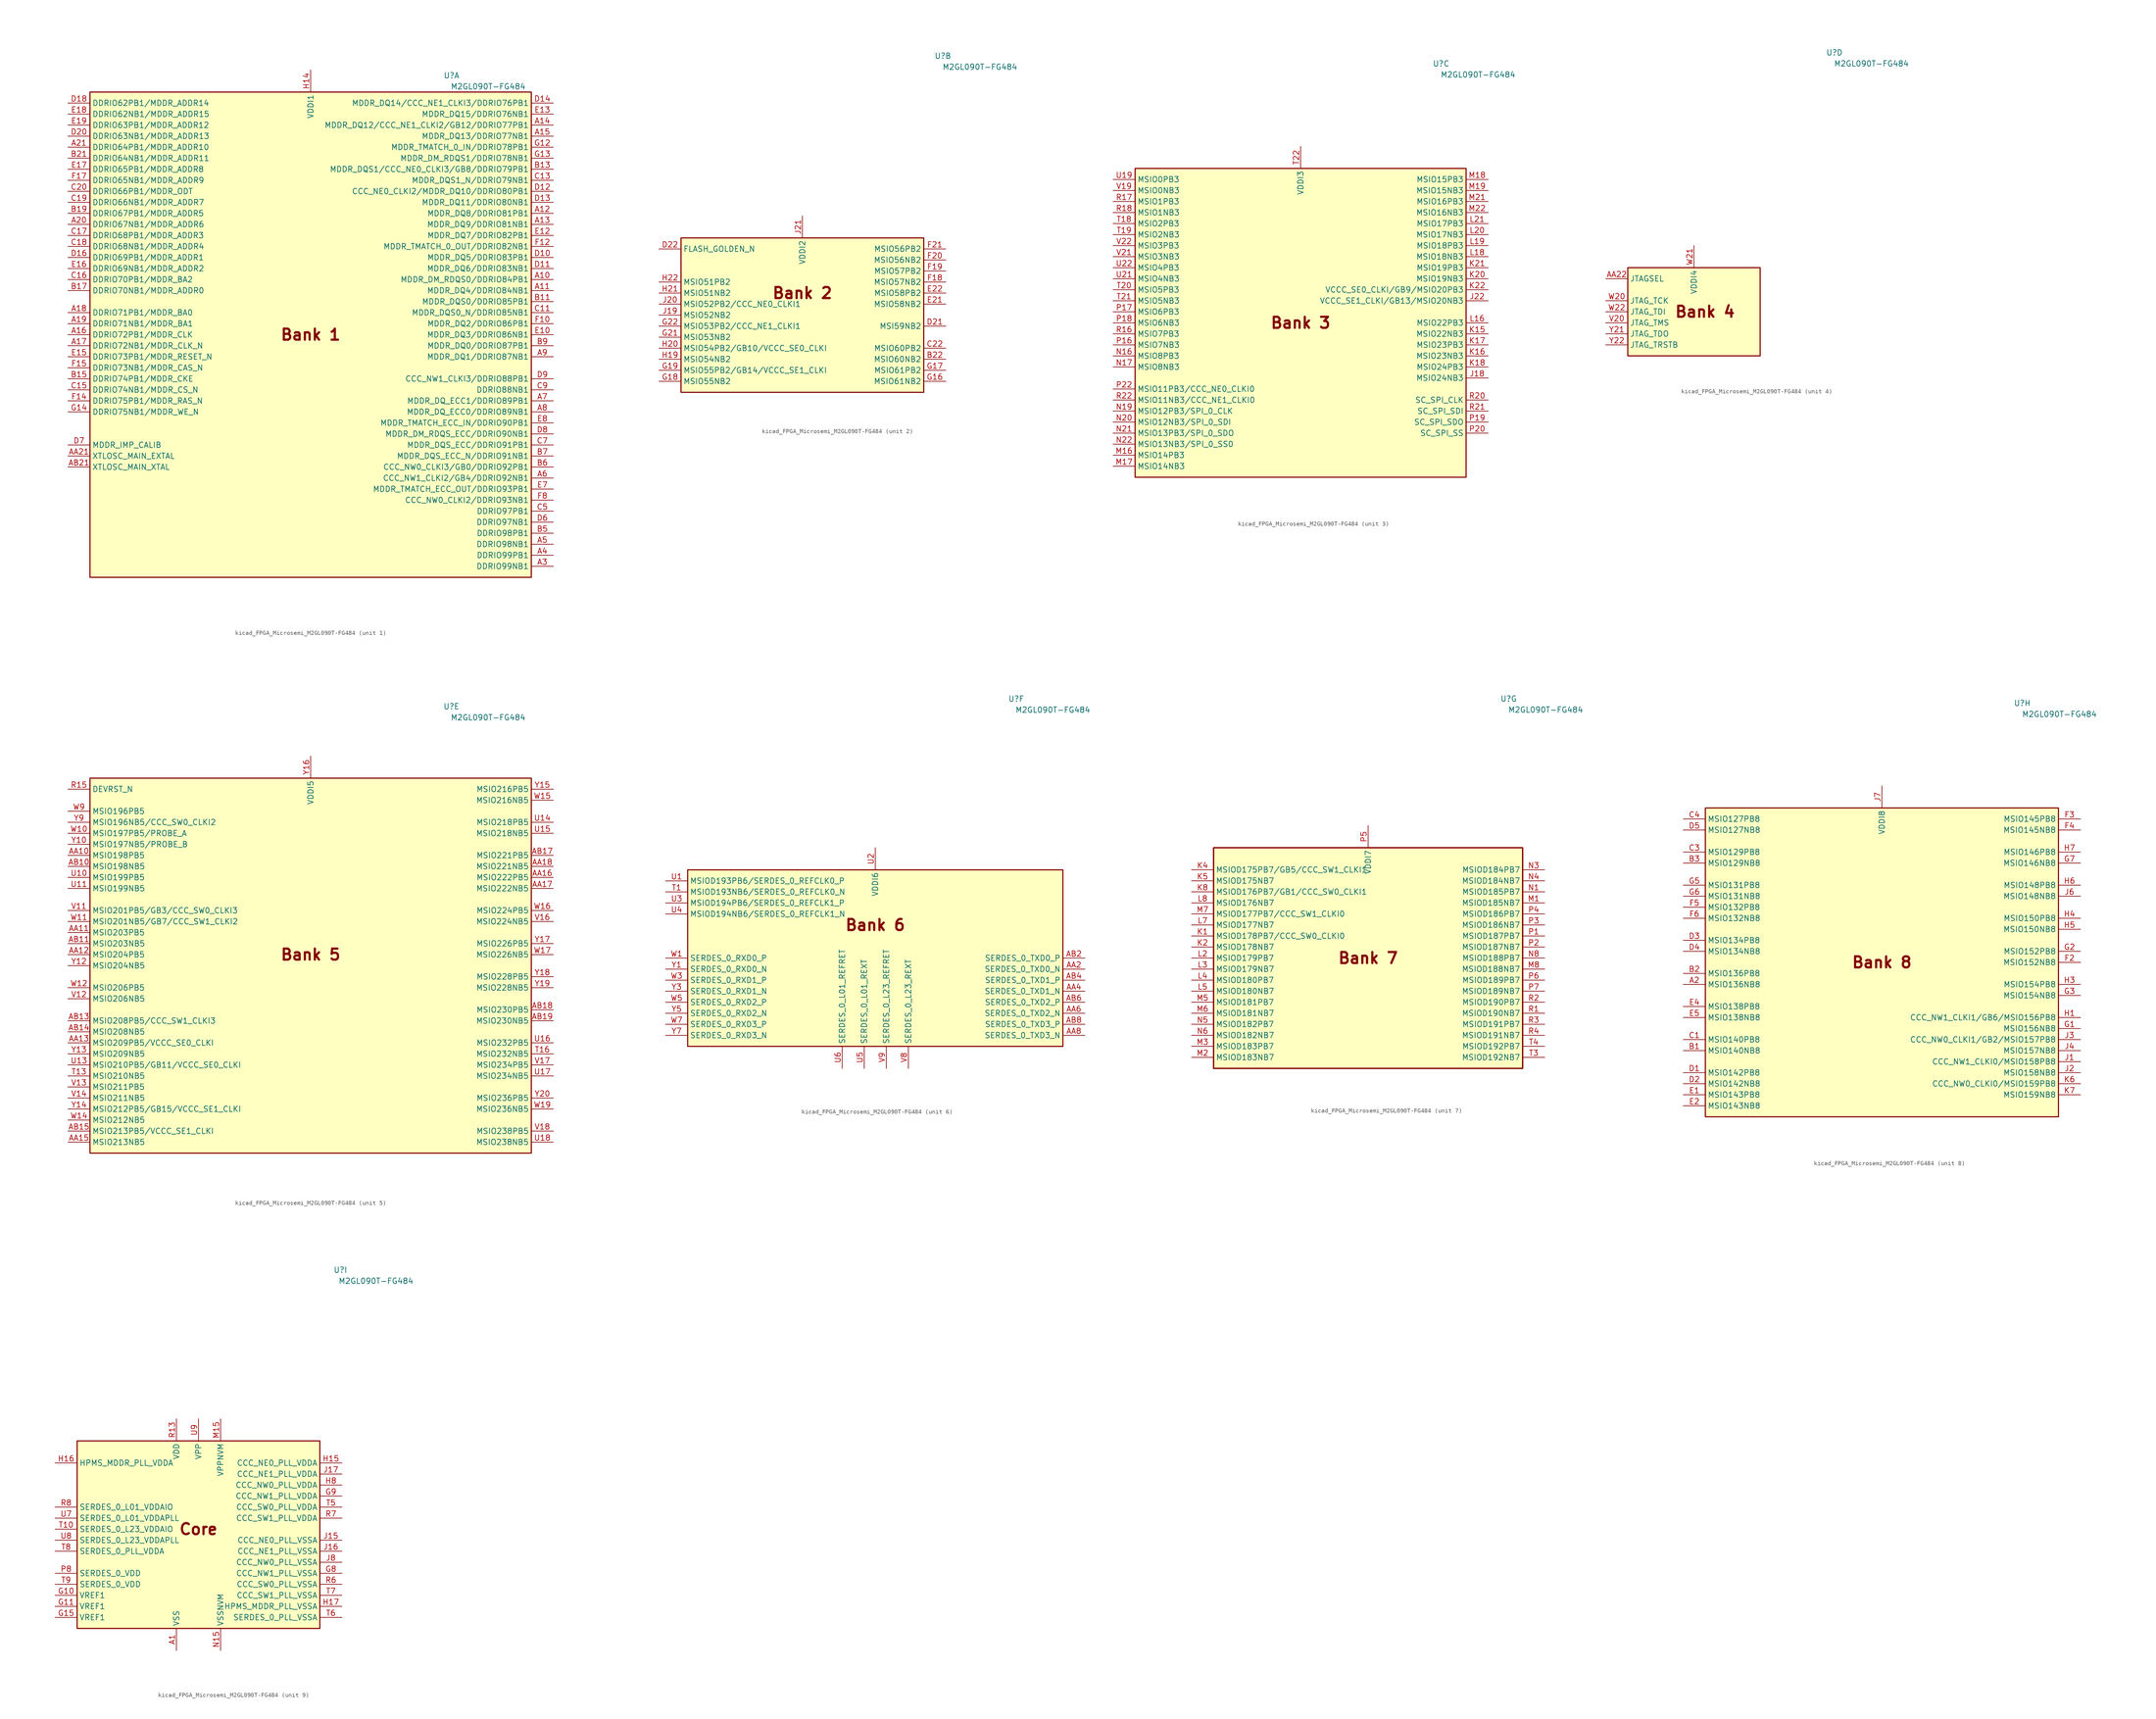
<source format=kicad_sym>
(kicad_symbol_lib
  (version 20220914)
  (generator kicad_symbol_editor)
  (symbol "kicad_FPGA_Microsemi_M2GL090T-FG484"
    (property "Reference" "U"
      (at 34.29 59.69 0)
      (effects (font (size 1.27 1.27)) (justify right)))
    (property "Value" "M2GL090T-FG484"
      (at 49.53 57.15 0)
      (effects (font (size 1.27 1.27)) (justify right)))
    (property "ki_locked" ""
      (at 0 0 0)
      (effects (font (size 1.27 1.27))))
    (symbol "kicad_FPGA_Microsemi_M2GL090T-FG484_1_1"
      (rectangle (start -50.8 55.88) (end 50.8 -55.88) (stroke (width 0.254) (type default)) (fill (type background)))
      (text "Bank 1" (at 0 0 0) (effects (font (size 2.54 2.54) bold)))
      (pin bidirectional line (at 55.88 12.7 180) (length 5.08) (name "MDDR_DM_RDQS0/DDRIO84PB1" (effects (font (size 1.27 1.27)))) (number "A10" (effects (font (size 1.27 1.27)))))
      (pin bidirectional line (at 55.88 10.16 180) (length 5.08) (name "MDDR_DQ4/DDRIO84NB1" (effects (font (size 1.27 1.27)))) (number "A11" (effects (font (size 1.27 1.27)))))
      (pin bidirectional line (at 55.88 27.94 180) (length 5.08) (name "MDDR_DQ8/DDRIO81PB1" (effects (font (size 1.27 1.27)))) (number "A12" (effects (font (size 1.27 1.27)))))
      (pin bidirectional line (at 55.88 25.4 180) (length 5.08) (name "MDDR_DQ9/DDRIO81NB1" (effects (font (size 1.27 1.27)))) (number "A13" (effects (font (size 1.27 1.27)))))
      (pin bidirectional line (at 55.88 48.26 180) (length 5.08) (name "MDDR_DQ12/CCC_NE1_CLKI2/GB12/DDRIO77PB1" (effects (font (size 1.27 1.27)))) (number "A14" (effects (font (size 1.27 1.27)))))
      (pin bidirectional line (at 55.88 45.72 180) (length 5.08) (name "MDDR_DQ13/DDRIO77NB1" (effects (font (size 1.27 1.27)))) (number "A15" (effects (font (size 1.27 1.27)))))
      (pin bidirectional line (at -55.88 0 0) (length 5.08) (name "DDRIO72PB1/MDDR_CLK" (effects (font (size 1.27 1.27)))) (number "A16" (effects (font (size 1.27 1.27)))))
      (pin bidirectional line (at -55.88 -2.54 0) (length 5.08) (name "DDRIO72NB1/MDDR_CLK_N" (effects (font (size 1.27 1.27)))) (number "A17" (effects (font (size 1.27 1.27)))))
      (pin bidirectional line (at -55.88 5.08 0) (length 5.08) (name "DDRIO71PB1/MDDR_BA0" (effects (font (size 1.27 1.27)))) (number "A18" (effects (font (size 1.27 1.27)))))
      (pin bidirectional line (at -55.88 2.54 0) (length 5.08) (name "DDRIO71NB1/MDDR_BA1" (effects (font (size 1.27 1.27)))) (number "A19" (effects (font (size 1.27 1.27)))))
      (pin bidirectional line (at -55.88 25.4 0) (length 5.08) (name "DDRIO67NB1/MDDR_ADDR6" (effects (font (size 1.27 1.27)))) (number "A20" (effects (font (size 1.27 1.27)))))
      (pin bidirectional line (at -55.88 43.18 0) (length 5.08) (name "DDRIO64PB1/MDDR_ADDR10" (effects (font (size 1.27 1.27)))) (number "A21" (effects (font (size 1.27 1.27)))))
      (pin bidirectional line (at 55.88 -53.34 180) (length 5.08) (name "DDRIO99NB1" (effects (font (size 1.27 1.27)))) (number "A3" (effects (font (size 1.27 1.27)))))
      (pin bidirectional line (at 55.88 -50.8 180) (length 5.08) (name "DDRIO99PB1" (effects (font (size 1.27 1.27)))) (number "A4" (effects (font (size 1.27 1.27)))))
      (pin bidirectional line (at 55.88 -48.26 180) (length 5.08) (name "DDRIO98NB1" (effects (font (size 1.27 1.27)))) (number "A5" (effects (font (size 1.27 1.27)))))
      (pin bidirectional line (at 55.88 -33.02 180) (length 5.08) (name "CCC_NW1_CLKI2/GB4/DDRIO92NB1" (effects (font (size 1.27 1.27)))) (number "A6" (effects (font (size 1.27 1.27)))))
      (pin bidirectional line (at 55.88 -15.24 180) (length 5.08) (name "MDDR_DQ_ECC1/DDRIO89PB1" (effects (font (size 1.27 1.27)))) (number "A7" (effects (font (size 1.27 1.27)))))
      (pin bidirectional line (at 55.88 -17.78 180) (length 5.08) (name "MDDR_DQ_ECC0/DDRIO89NB1" (effects (font (size 1.27 1.27)))) (number "A8" (effects (font (size 1.27 1.27)))))
      (pin bidirectional line (at 55.88 -5.08 180) (length 5.08) (name "MDDR_DQ1/DDRIO87NB1" (effects (font (size 1.27 1.27)))) (number "A9" (effects (font (size 1.27 1.27)))))
      (pin input line (at -55.88 -27.94 0) (length 5.08) (name "XTLOSC_MAIN_EXTAL" (effects (font (size 1.27 1.27)))) (number "AA21" (effects (font (size 1.27 1.27)))))
      (pin input line (at -55.88 -30.48 0) (length 5.08) (name "XTLOSC_MAIN_XTAL" (effects (font (size 1.27 1.27)))) (number "AB21" (effects (font (size 1.27 1.27)))))
      (pin bidirectional line (at 55.88 7.62 180) (length 5.08) (name "MDDR_DQS0/DDRIO85PB1" (effects (font (size 1.27 1.27)))) (number "B11" (effects (font (size 1.27 1.27)))))
      (pin passive line (at 0 60.96 270) (length 5.08) hide (name "VDDI1" (effects (font (size 1.27 1.27)))) (number "B12" (effects (font (size 1.27 1.27)))))
      (pin bidirectional line (at 55.88 38.1 180) (length 5.08) (name "MDDR_DQS1/CCC_NE0_CLKI3/GB8/DDRIO79PB1" (effects (font (size 1.27 1.27)))) (number "B13" (effects (font (size 1.27 1.27)))))
      (pin bidirectional line (at -55.88 -10.16 0) (length 5.08) (name "DDRIO74PB1/MDDR_CKE" (effects (font (size 1.27 1.27)))) (number "B15" (effects (font (size 1.27 1.27)))))
      (pin passive line (at 0 60.96 270) (length 5.08) hide (name "VDDI1" (effects (font (size 1.27 1.27)))) (number "B16" (effects (font (size 1.27 1.27)))))
      (pin bidirectional line (at -55.88 10.16 0) (length 5.08) (name "DDRIO70NB1/MDDR_ADDR0" (effects (font (size 1.27 1.27)))) (number "B17" (effects (font (size 1.27 1.27)))))
      (pin bidirectional line (at -55.88 27.94 0) (length 5.08) (name "DDRIO67PB1/MDDR_ADDR5" (effects (font (size 1.27 1.27)))) (number "B19" (effects (font (size 1.27 1.27)))))
      (pin passive line (at 0 60.96 270) (length 5.08) hide (name "VDDI1" (effects (font (size 1.27 1.27)))) (number "B20" (effects (font (size 1.27 1.27)))))
      (pin bidirectional line (at -55.88 40.64 0) (length 5.08) (name "DDRIO64NB1/MDDR_ADDR11" (effects (font (size 1.27 1.27)))) (number "B21" (effects (font (size 1.27 1.27)))))
      (pin bidirectional line (at 55.88 -45.72 180) (length 5.08) (name "DDRIO98PB1" (effects (font (size 1.27 1.27)))) (number "B5" (effects (font (size 1.27 1.27)))))
      (pin bidirectional line (at 55.88 -30.48 180) (length 5.08) (name "CCC_NW0_CLKI3/GB0/DDRIO92PB1" (effects (font (size 1.27 1.27)))) (number "B6" (effects (font (size 1.27 1.27)))))
      (pin bidirectional line (at 55.88 -27.94 180) (length 5.08) (name "MDDR_DQS_ECC_N/DDRIO91NB1" (effects (font (size 1.27 1.27)))) (number "B7" (effects (font (size 1.27 1.27)))))
      (pin passive line (at 0 60.96 270) (length 5.08) hide (name "VDDI1" (effects (font (size 1.27 1.27)))) (number "B8" (effects (font (size 1.27 1.27)))))
      (pin bidirectional line (at 55.88 -2.54 180) (length 5.08) (name "MDDR_DQ0/DDRIO87PB1" (effects (font (size 1.27 1.27)))) (number "B9" (effects (font (size 1.27 1.27)))))
      (pin passive line (at 0 60.96 270) (length 5.08) hide (name "VDDI1" (effects (font (size 1.27 1.27)))) (number "C10" (effects (font (size 1.27 1.27)))))
      (pin bidirectional line (at 55.88 5.08 180) (length 5.08) (name "MDDR_DQS0_N/DDRIO85NB1" (effects (font (size 1.27 1.27)))) (number "C11" (effects (font (size 1.27 1.27)))))
      (pin bidirectional line (at 55.88 35.56 180) (length 5.08) (name "MDDR_DQS1_N/DDRIO79NB1" (effects (font (size 1.27 1.27)))) (number "C13" (effects (font (size 1.27 1.27)))))
      (pin passive line (at 0 60.96 270) (length 5.08) hide (name "VDDI1" (effects (font (size 1.27 1.27)))) (number "C14" (effects (font (size 1.27 1.27)))))
      (pin bidirectional line (at -55.88 -12.7 0) (length 5.08) (name "DDRIO74NB1/MDDR_CS_N" (effects (font (size 1.27 1.27)))) (number "C15" (effects (font (size 1.27 1.27)))))
      (pin bidirectional line (at -55.88 12.7 0) (length 5.08) (name "DDRIO70PB1/MDDR_BA2" (effects (font (size 1.27 1.27)))) (number "C16" (effects (font (size 1.27 1.27)))))
      (pin bidirectional line (at -55.88 22.86 0) (length 5.08) (name "DDRIO68PB1/MDDR_ADDR3" (effects (font (size 1.27 1.27)))) (number "C17" (effects (font (size 1.27 1.27)))))
      (pin bidirectional line (at -55.88 20.32 0) (length 5.08) (name "DDRIO68NB1/MDDR_ADDR4" (effects (font (size 1.27 1.27)))) (number "C18" (effects (font (size 1.27 1.27)))))
      (pin bidirectional line (at -55.88 30.48 0) (length 5.08) (name "DDRIO66NB1/MDDR_ADDR7" (effects (font (size 1.27 1.27)))) (number "C19" (effects (font (size 1.27 1.27)))))
      (pin bidirectional line (at -55.88 33.02 0) (length 5.08) (name "DDRIO66PB1/MDDR_ODT" (effects (font (size 1.27 1.27)))) (number "C20" (effects (font (size 1.27 1.27)))))
      (pin bidirectional line (at 55.88 -40.64 180) (length 5.08) (name "DDRIO97PB1" (effects (font (size 1.27 1.27)))) (number "C5" (effects (font (size 1.27 1.27)))))
      (pin passive line (at 0 60.96 270) (length 5.08) hide (name "VDDI1" (effects (font (size 1.27 1.27)))) (number "C6" (effects (font (size 1.27 1.27)))))
      (pin bidirectional line (at 55.88 -25.4 180) (length 5.08) (name "MDDR_DQS_ECC/DDRIO91PB1" (effects (font (size 1.27 1.27)))) (number "C7" (effects (font (size 1.27 1.27)))))
      (pin bidirectional line (at 55.88 -12.7 180) (length 5.08) (name "DDRIO88NB1" (effects (font (size 1.27 1.27)))) (number "C9" (effects (font (size 1.27 1.27)))))
      (pin bidirectional line (at 55.88 17.78 180) (length 5.08) (name "MDDR_DQ5/DDRIO83PB1" (effects (font (size 1.27 1.27)))) (number "D10" (effects (font (size 1.27 1.27)))))
      (pin bidirectional line (at 55.88 15.24 180) (length 5.08) (name "MDDR_DQ6/DDRIO83NB1" (effects (font (size 1.27 1.27)))) (number "D11" (effects (font (size 1.27 1.27)))))
      (pin bidirectional line (at 55.88 33.02 180) (length 5.08) (name "CCC_NE0_CLKI2/MDDR_DQ10/DDRIO80PB1" (effects (font (size 1.27 1.27)))) (number "D12" (effects (font (size 1.27 1.27)))))
      (pin bidirectional line (at 55.88 30.48 180) (length 5.08) (name "MDDR_DQ11/DDRIO80NB1" (effects (font (size 1.27 1.27)))) (number "D13" (effects (font (size 1.27 1.27)))))
      (pin bidirectional line (at 55.88 53.34 180) (length 5.08) (name "MDDR_DQ14/CCC_NE1_CLKI3/DDRIO76PB1" (effects (font (size 1.27 1.27)))) (number "D14" (effects (font (size 1.27 1.27)))))
      (pin bidirectional line (at -55.88 17.78 0) (length 5.08) (name "DDRIO69PB1/MDDR_ADDR1" (effects (font (size 1.27 1.27)))) (number "D16" (effects (font (size 1.27 1.27)))))
      (pin passive line (at 0 60.96 270) (length 5.08) hide (name "VDDI1" (effects (font (size 1.27 1.27)))) (number "D17" (effects (font (size 1.27 1.27)))))
      (pin bidirectional line (at -55.88 53.34 0) (length 5.08) (name "DDRIO62PB1/MDDR_ADDR14" (effects (font (size 1.27 1.27)))) (number "D18" (effects (font (size 1.27 1.27)))))
      (pin bidirectional line (at -55.88 45.72 0) (length 5.08) (name "DDRIO63NB1/MDDR_ADDR13" (effects (font (size 1.27 1.27)))) (number "D20" (effects (font (size 1.27 1.27)))))
      (pin bidirectional line (at 55.88 -43.18 180) (length 5.08) (name "DDRIO97NB1" (effects (font (size 1.27 1.27)))) (number "D6" (effects (font (size 1.27 1.27)))))
      (pin input line (at -55.88 -25.4 0) (length 5.08) (name "MDDR_IMP_CALIB" (effects (font (size 1.27 1.27)))) (number "D7" (effects (font (size 1.27 1.27)))))
      (pin bidirectional line (at 55.88 -22.86 180) (length 5.08) (name "MDDR_DM_RDQS_ECC/DDRIO90NB1" (effects (font (size 1.27 1.27)))) (number "D8" (effects (font (size 1.27 1.27)))))
      (pin bidirectional line (at 55.88 -10.16 180) (length 5.08) (name "CCC_NW1_CLKI3/DDRIO88PB1" (effects (font (size 1.27 1.27)))) (number "D9" (effects (font (size 1.27 1.27)))))
      (pin bidirectional line (at 55.88 0 180) (length 5.08) (name "MDDR_DQ3/DDRIO86NB1" (effects (font (size 1.27 1.27)))) (number "E10" (effects (font (size 1.27 1.27)))))
      (pin passive line (at 0 60.96 270) (length 5.08) hide (name "VDDI1" (effects (font (size 1.27 1.27)))) (number "E11" (effects (font (size 1.27 1.27)))))
      (pin bidirectional line (at 55.88 22.86 180) (length 5.08) (name "MDDR_DQ7/DDRIO82PB1" (effects (font (size 1.27 1.27)))) (number "E12" (effects (font (size 1.27 1.27)))))
      (pin bidirectional line (at 55.88 50.8 180) (length 5.08) (name "MDDR_DQ15/DDRIO76NB1" (effects (font (size 1.27 1.27)))) (number "E13" (effects (font (size 1.27 1.27)))))
      (pin bidirectional line (at -55.88 -5.08 0) (length 5.08) (name "DDRIO73PB1/MDDR_RESET_N" (effects (font (size 1.27 1.27)))) (number "E15" (effects (font (size 1.27 1.27)))))
      (pin bidirectional line (at -55.88 15.24 0) (length 5.08) (name "DDRIO69NB1/MDDR_ADDR2" (effects (font (size 1.27 1.27)))) (number "E16" (effects (font (size 1.27 1.27)))))
      (pin bidirectional line (at -55.88 38.1 0) (length 5.08) (name "DDRIO65PB1/MDDR_ADDR8" (effects (font (size 1.27 1.27)))) (number "E17" (effects (font (size 1.27 1.27)))))
      (pin bidirectional line (at -55.88 50.8 0) (length 5.08) (name "DDRIO62NB1/MDDR_ADDR15" (effects (font (size 1.27 1.27)))) (number "E18" (effects (font (size 1.27 1.27)))))
      (pin bidirectional line (at -55.88 48.26 0) (length 5.08) (name "DDRIO63PB1/MDDR_ADDR12" (effects (font (size 1.27 1.27)))) (number "E19" (effects (font (size 1.27 1.27)))))
      (pin bidirectional line (at 55.88 -35.56 180) (length 5.08) (name "MDDR_TMATCH_ECC_OUT/DDRIO93PB1" (effects (font (size 1.27 1.27)))) (number "E7" (effects (font (size 1.27 1.27)))))
      (pin output line (at 55.88 -20.32 180) (length 5.08) (name "MDDR_TMATCH_ECC_IN/DDRIO90PB1" (effects (font (size 1.27 1.27)))) (number "E8" (effects (font (size 1.27 1.27)))))
      (pin bidirectional line (at 55.88 2.54 180) (length 5.08) (name "MDDR_DQ2/DDRIO86PB1" (effects (font (size 1.27 1.27)))) (number "F10" (effects (font (size 1.27 1.27)))))
      (pin bidirectional line (at 55.88 20.32 180) (length 5.08) (name "MDDR_TMATCH_0_OUT/DDRIO82NB1" (effects (font (size 1.27 1.27)))) (number "F12" (effects (font (size 1.27 1.27)))))
      (pin passive line (at 0 60.96 270) (length 5.08) hide (name "VDDI1" (effects (font (size 1.27 1.27)))) (number "F13" (effects (font (size 1.27 1.27)))))
      (pin bidirectional line (at -55.88 -15.24 0) (length 5.08) (name "DDRIO75PB1/MDDR_RAS_N" (effects (font (size 1.27 1.27)))) (number "F14" (effects (font (size 1.27 1.27)))))
      (pin bidirectional line (at -55.88 -7.62 0) (length 5.08) (name "DDRIO73NB1/MDDR_CAS_N" (effects (font (size 1.27 1.27)))) (number "F15" (effects (font (size 1.27 1.27)))))
      (pin bidirectional line (at -55.88 35.56 0) (length 5.08) (name "DDRIO65NB1/MDDR_ADDR9" (effects (font (size 1.27 1.27)))) (number "F17" (effects (font (size 1.27 1.27)))))
      (pin passive line (at 0 60.96 270) (length 5.08) hide (name "VDDI1" (effects (font (size 1.27 1.27)))) (number "F7" (effects (font (size 1.27 1.27)))))
      (pin bidirectional line (at 55.88 -38.1 180) (length 5.08) (name "CCC_NW0_CLKI2/DDRIO93NB1" (effects (font (size 1.27 1.27)))) (number "F8" (effects (font (size 1.27 1.27)))))
      (pin passive line (at 0 60.96 270) (length 5.08) hide (name "VDDI1" (effects (font (size 1.27 1.27)))) (number "F9" (effects (font (size 1.27 1.27)))))
      (pin bidirectional line (at 55.88 43.18 180) (length 5.08) (name "MDDR_TMATCH_0_IN/DDRIO78PB1" (effects (font (size 1.27 1.27)))) (number "G12" (effects (font (size 1.27 1.27)))))
      (pin bidirectional line (at 55.88 40.64 180) (length 5.08) (name "MDDR_DM_RDQS1/DDRIO78NB1" (effects (font (size 1.27 1.27)))) (number "G13" (effects (font (size 1.27 1.27)))))
      (pin bidirectional line (at -55.88 -17.78 0) (length 5.08) (name "DDRIO75NB1/MDDR_WE_N" (effects (font (size 1.27 1.27)))) (number "G14" (effects (font (size 1.27 1.27)))))
      (pin passive line (at 0 60.96 270) (length 5.08) hide (name "VDDI1" (effects (font (size 1.27 1.27)))) (number "H12" (effects (font (size 1.27 1.27)))))
      (pin power_in line (at 0 60.96 270) (length 5.08) (name "VDDI1" (effects (font (size 1.27 1.27)))) (number "H14" (effects (font (size 1.27 1.27))))))
    (symbol "kicad_FPGA_Microsemi_M2GL090T-FG484_2_1"
      (rectangle (start -27.94 17.78) (end 27.94 -17.78) (stroke (width 0.254) (type default)) (fill (type background)))
      (text "Bank 2" (at 0 5.08 0) (effects (font (size 2.54 2.54) bold)))
      (pin bidirectional line (at 33.02 -10.16 180) (length 5.08) (name "MSIO60NB2" (effects (font (size 1.27 1.27)))) (number "B22" (effects (font (size 1.27 1.27)))))
      (pin bidirectional line (at 33.02 -7.62 180) (length 5.08) (name "MSIO60PB2" (effects (font (size 1.27 1.27)))) (number "C22" (effects (font (size 1.27 1.27)))))
      (pin input line (at 33.02 -2.54 180) (length 5.08) (name "MSI59NB2" (effects (font (size 1.27 1.27)))) (number "D21" (effects (font (size 1.27 1.27)))))
      (pin input line (at -33.02 15.24 0) (length 5.08) (name "FLASH_GOLDEN_N" (effects (font (size 1.27 1.27)))) (number "D22" (effects (font (size 1.27 1.27)))))
      (pin passive line (at 0 22.86 270) (length 5.08) hide (name "VDDI2" (effects (font (size 1.27 1.27)))) (number "E20" (effects (font (size 1.27 1.27)))))
      (pin bidirectional line (at 33.02 2.54 180) (length 5.08) (name "MSIO58NB2" (effects (font (size 1.27 1.27)))) (number "E21" (effects (font (size 1.27 1.27)))))
      (pin bidirectional line (at 33.02 5.08 180) (length 5.08) (name "MSIO58PB2" (effects (font (size 1.27 1.27)))) (number "E22" (effects (font (size 1.27 1.27)))))
      (pin bidirectional line (at 33.02 7.62 180) (length 5.08) (name "MSIO57NB2" (effects (font (size 1.27 1.27)))) (number "F18" (effects (font (size 1.27 1.27)))))
      (pin bidirectional line (at 33.02 10.16 180) (length 5.08) (name "MSIO57PB2" (effects (font (size 1.27 1.27)))) (number "F19" (effects (font (size 1.27 1.27)))))
      (pin bidirectional line (at 33.02 12.7 180) (length 5.08) (name "MSIO56NB2" (effects (font (size 1.27 1.27)))) (number "F20" (effects (font (size 1.27 1.27)))))
      (pin bidirectional line (at 33.02 15.24 180) (length 5.08) (name "MSIO56PB2" (effects (font (size 1.27 1.27)))) (number "F21" (effects (font (size 1.27 1.27)))))
      (pin passive line (at 0 22.86 270) (length 5.08) hide (name "VDDI2" (effects (font (size 1.27 1.27)))) (number "F22" (effects (font (size 1.27 1.27)))))
      (pin bidirectional line (at 33.02 -15.24 180) (length 5.08) (name "MSIO61NB2" (effects (font (size 1.27 1.27)))) (number "G16" (effects (font (size 1.27 1.27)))))
      (pin bidirectional line (at 33.02 -12.7 180) (length 5.08) (name "MSIO61PB2" (effects (font (size 1.27 1.27)))) (number "G17" (effects (font (size 1.27 1.27)))))
      (pin bidirectional line (at -33.02 -15.24 0) (length 5.08) (name "MSIO55NB2" (effects (font (size 1.27 1.27)))) (number "G18" (effects (font (size 1.27 1.27)))))
      (pin bidirectional line (at -33.02 -12.7 0) (length 5.08) (name "MSIO55PB2/GB14/VCCC_SE1_CLKI" (effects (font (size 1.27 1.27)))) (number "G19" (effects (font (size 1.27 1.27)))))
      (pin bidirectional line (at -33.02 -5.08 0) (length 5.08) (name "MSIO53NB2" (effects (font (size 1.27 1.27)))) (number "G21" (effects (font (size 1.27 1.27)))))
      (pin bidirectional line (at -33.02 -2.54 0) (length 5.08) (name "MSIO53PB2/CCC_NE1_CLKI1" (effects (font (size 1.27 1.27)))) (number "G22" (effects (font (size 1.27 1.27)))))
      (pin passive line (at 0 22.86 270) (length 5.08) hide (name "VDDI2" (effects (font (size 1.27 1.27)))) (number "H18" (effects (font (size 1.27 1.27)))))
      (pin bidirectional line (at -33.02 -10.16 0) (length 5.08) (name "MSIO54NB2" (effects (font (size 1.27 1.27)))) (number "H19" (effects (font (size 1.27 1.27)))))
      (pin bidirectional line (at -33.02 -7.62 0) (length 5.08) (name "MSIO54PB2/GB10/VCCC_SE0_CLKI" (effects (font (size 1.27 1.27)))) (number "H20" (effects (font (size 1.27 1.27)))))
      (pin bidirectional line (at -33.02 5.08 0) (length 5.08) (name "MSIO51NB2" (effects (font (size 1.27 1.27)))) (number "H21" (effects (font (size 1.27 1.27)))))
      (pin bidirectional line (at -33.02 7.62 0) (length 5.08) (name "MSIO51PB2" (effects (font (size 1.27 1.27)))) (number "H22" (effects (font (size 1.27 1.27)))))
      (pin bidirectional line (at -33.02 0 0) (length 5.08) (name "MSIO52NB2" (effects (font (size 1.27 1.27)))) (number "J19" (effects (font (size 1.27 1.27)))))
      (pin bidirectional line (at -33.02 2.54 0) (length 5.08) (name "MSIO52PB2/CCC_NE0_CLKI1" (effects (font (size 1.27 1.27)))) (number "J20" (effects (font (size 1.27 1.27)))))
      (pin power_in line (at 0 22.86 270) (length 5.08) (name "VDDI2" (effects (font (size 1.27 1.27)))) (number "J21" (effects (font (size 1.27 1.27))))))
    (symbol "kicad_FPGA_Microsemi_M2GL090T-FG484_3_1"
      (rectangle (start -38.1 35.56) (end 38.1 -35.56) (stroke (width 0.254) (type default)) (fill (type background)))
      (text "Bank 3" (at 0 0 0) (effects (font (size 2.54 2.54) bold)))
      (pin bidirectional line (at 43.18 -12.7 180) (length 5.08) (name "MSIO24NB3" (effects (font (size 1.27 1.27)))) (number "J18" (effects (font (size 1.27 1.27)))))
      (pin bidirectional line (at 43.18 5.08 180) (length 5.08) (name "VCCC_SE1_CLKI/GB13/MSIO20NB3" (effects (font (size 1.27 1.27)))) (number "J22" (effects (font (size 1.27 1.27)))))
      (pin bidirectional line (at 43.18 -2.54 180) (length 5.08) (name "MSIO22NB3" (effects (font (size 1.27 1.27)))) (number "K15" (effects (font (size 1.27 1.27)))))
      (pin bidirectional line (at 43.18 -7.62 180) (length 5.08) (name "MSIO23NB3" (effects (font (size 1.27 1.27)))) (number "K16" (effects (font (size 1.27 1.27)))))
      (pin bidirectional line (at 43.18 -5.08 180) (length 5.08) (name "MSIO23PB3" (effects (font (size 1.27 1.27)))) (number "K17" (effects (font (size 1.27 1.27)))))
      (pin bidirectional line (at 43.18 -10.16 180) (length 5.08) (name "MSIO24PB3" (effects (font (size 1.27 1.27)))) (number "K18" (effects (font (size 1.27 1.27)))))
      (pin bidirectional line (at 43.18 10.16 180) (length 5.08) (name "MSIO19NB3" (effects (font (size 1.27 1.27)))) (number "K20" (effects (font (size 1.27 1.27)))))
      (pin bidirectional line (at 43.18 12.7 180) (length 5.08) (name "MSIO19PB3" (effects (font (size 1.27 1.27)))) (number "K21" (effects (font (size 1.27 1.27)))))
      (pin bidirectional line (at 43.18 7.62 180) (length 5.08) (name "VCCC_SE0_CLKI/GB9/MSIO20PB3" (effects (font (size 1.27 1.27)))) (number "K22" (effects (font (size 1.27 1.27)))))
      (pin bidirectional line (at 43.18 0 180) (length 5.08) (name "MSIO22PB3" (effects (font (size 1.27 1.27)))) (number "L16" (effects (font (size 1.27 1.27)))))
      (pin passive line (at 0 40.64 270) (length 5.08) hide (name "VDDI3" (effects (font (size 1.27 1.27)))) (number "L17" (effects (font (size 1.27 1.27)))))
      (pin bidirectional line (at 43.18 15.24 180) (length 5.08) (name "MSIO18NB3" (effects (font (size 1.27 1.27)))) (number "L18" (effects (font (size 1.27 1.27)))))
      (pin bidirectional line (at 43.18 17.78 180) (length 5.08) (name "MSIO18PB3" (effects (font (size 1.27 1.27)))) (number "L19" (effects (font (size 1.27 1.27)))))
      (pin bidirectional line (at 43.18 20.32 180) (length 5.08) (name "MSIO17NB3" (effects (font (size 1.27 1.27)))) (number "L20" (effects (font (size 1.27 1.27)))))
      (pin bidirectional line (at 43.18 22.86 180) (length 5.08) (name "MSIO17PB3" (effects (font (size 1.27 1.27)))) (number "L21" (effects (font (size 1.27 1.27)))))
      (pin bidirectional line (at -43.18 -30.48 0) (length 5.08) (name "MSIO14PB3" (effects (font (size 1.27 1.27)))) (number "M16" (effects (font (size 1.27 1.27)))))
      (pin bidirectional line (at -43.18 -33.02 0) (length 5.08) (name "MSIO14NB3" (effects (font (size 1.27 1.27)))) (number "M17" (effects (font (size 1.27 1.27)))))
      (pin bidirectional line (at 43.18 33.02 180) (length 5.08) (name "MSIO15PB3" (effects (font (size 1.27 1.27)))) (number "M18" (effects (font (size 1.27 1.27)))))
      (pin bidirectional line (at 43.18 30.48 180) (length 5.08) (name "MSIO15NB3" (effects (font (size 1.27 1.27)))) (number "M19" (effects (font (size 1.27 1.27)))))
      (pin passive line (at 0 40.64 270) (length 5.08) hide (name "VDDI3" (effects (font (size 1.27 1.27)))) (number "M20" (effects (font (size 1.27 1.27)))))
      (pin bidirectional line (at 43.18 27.94 180) (length 5.08) (name "MSIO16PB3" (effects (font (size 1.27 1.27)))) (number "M21" (effects (font (size 1.27 1.27)))))
      (pin bidirectional line (at 43.18 25.4 180) (length 5.08) (name "MSIO16NB3" (effects (font (size 1.27 1.27)))) (number "M22" (effects (font (size 1.27 1.27)))))
      (pin bidirectional line (at -43.18 -7.62 0) (length 5.08) (name "MSIO8PB3" (effects (font (size 1.27 1.27)))) (number "N16" (effects (font (size 1.27 1.27)))))
      (pin bidirectional line (at -43.18 -10.16 0) (length 5.08) (name "MSIO8NB3" (effects (font (size 1.27 1.27)))) (number "N17" (effects (font (size 1.27 1.27)))))
      (pin bidirectional line (at -43.18 -20.32 0) (length 5.08) (name "MSIO12PB3/SPI_0_CLK" (effects (font (size 1.27 1.27)))) (number "N19" (effects (font (size 1.27 1.27)))))
      (pin bidirectional line (at -43.18 -22.86 0) (length 5.08) (name "MSIO12NB3/SPI_0_SDI" (effects (font (size 1.27 1.27)))) (number "N20" (effects (font (size 1.27 1.27)))))
      (pin bidirectional line (at -43.18 -25.4 0) (length 5.08) (name "MSIO13PB3/SPI_0_SDO" (effects (font (size 1.27 1.27)))) (number "N21" (effects (font (size 1.27 1.27)))))
      (pin bidirectional line (at -43.18 -27.94 0) (length 5.08) (name "MSIO13NB3/SPI_0_SS0" (effects (font (size 1.27 1.27)))) (number "N22" (effects (font (size 1.27 1.27)))))
      (pin bidirectional line (at -43.18 -5.08 0) (length 5.08) (name "MSIO7NB3" (effects (font (size 1.27 1.27)))) (number "P16" (effects (font (size 1.27 1.27)))))
      (pin bidirectional line (at -43.18 2.54 0) (length 5.08) (name "MSIO6PB3" (effects (font (size 1.27 1.27)))) (number "P17" (effects (font (size 1.27 1.27)))))
      (pin bidirectional line (at -43.18 0 0) (length 5.08) (name "MSIO6NB3" (effects (font (size 1.27 1.27)))) (number "P18" (effects (font (size 1.27 1.27)))))
      (pin output line (at 43.18 -22.86 180) (length 5.08) (name "SC_SPI_SDO" (effects (font (size 1.27 1.27)))) (number "P19" (effects (font (size 1.27 1.27)))))
      (pin output line (at 43.18 -25.4 180) (length 5.08) (name "SC_SPI_SS" (effects (font (size 1.27 1.27)))) (number "P20" (effects (font (size 1.27 1.27)))))
      (pin bidirectional line (at -43.18 -15.24 0) (length 5.08) (name "MSIO11PB3/CCC_NE0_CLKI0" (effects (font (size 1.27 1.27)))) (number "P22" (effects (font (size 1.27 1.27)))))
      (pin bidirectional line (at -43.18 -2.54 0) (length 5.08) (name "MSIO7PB3" (effects (font (size 1.27 1.27)))) (number "R16" (effects (font (size 1.27 1.27)))))
      (pin bidirectional line (at -43.18 27.94 0) (length 5.08) (name "MSIO1PB3" (effects (font (size 1.27 1.27)))) (number "R17" (effects (font (size 1.27 1.27)))))
      (pin bidirectional line (at -43.18 25.4 0) (length 5.08) (name "MSIO1NB3" (effects (font (size 1.27 1.27)))) (number "R18" (effects (font (size 1.27 1.27)))))
      (pin passive line (at 0 40.64 270) (length 5.08) hide (name "VDDI3" (effects (font (size 1.27 1.27)))) (number "R19" (effects (font (size 1.27 1.27)))))
      (pin output line (at 43.18 -17.78 180) (length 5.08) (name "SC_SPI_CLK" (effects (font (size 1.27 1.27)))) (number "R20" (effects (font (size 1.27 1.27)))))
      (pin input line (at 43.18 -20.32 180) (length 5.08) (name "SC_SPI_SDI" (effects (font (size 1.27 1.27)))) (number "R21" (effects (font (size 1.27 1.27)))))
      (pin bidirectional line (at -43.18 -17.78 0) (length 5.08) (name "MSIO11NB3/CCC_NE1_CLKI0" (effects (font (size 1.27 1.27)))) (number "R22" (effects (font (size 1.27 1.27)))))
      (pin bidirectional line (at -43.18 22.86 0) (length 5.08) (name "MSIO2PB3" (effects (font (size 1.27 1.27)))) (number "T18" (effects (font (size 1.27 1.27)))))
      (pin bidirectional line (at -43.18 20.32 0) (length 5.08) (name "MSIO2NB3" (effects (font (size 1.27 1.27)))) (number "T19" (effects (font (size 1.27 1.27)))))
      (pin bidirectional line (at -43.18 7.62 0) (length 5.08) (name "MSIO5PB3" (effects (font (size 1.27 1.27)))) (number "T20" (effects (font (size 1.27 1.27)))))
      (pin bidirectional line (at -43.18 5.08 0) (length 5.08) (name "MSIO5NB3" (effects (font (size 1.27 1.27)))) (number "T21" (effects (font (size 1.27 1.27)))))
      (pin power_in line (at 0 40.64 270) (length 5.08) (name "VDDI3" (effects (font (size 1.27 1.27)))) (number "T22" (effects (font (size 1.27 1.27)))))
      (pin bidirectional line (at -43.18 33.02 0) (length 5.08) (name "MSIO0PB3" (effects (font (size 1.27 1.27)))) (number "U19" (effects (font (size 1.27 1.27)))))
      (pin bidirectional line (at -43.18 10.16 0) (length 5.08) (name "MSIO4NB3" (effects (font (size 1.27 1.27)))) (number "U21" (effects (font (size 1.27 1.27)))))
      (pin bidirectional line (at -43.18 12.7 0) (length 5.08) (name "MSIO4PB3" (effects (font (size 1.27 1.27)))) (number "U22" (effects (font (size 1.27 1.27)))))
      (pin bidirectional line (at -43.18 30.48 0) (length 5.08) (name "MSIO0NB3" (effects (font (size 1.27 1.27)))) (number "V19" (effects (font (size 1.27 1.27)))))
      (pin bidirectional line (at -43.18 15.24 0) (length 5.08) (name "MSIO3NB3" (effects (font (size 1.27 1.27)))) (number "V21" (effects (font (size 1.27 1.27)))))
      (pin bidirectional line (at -43.18 17.78 0) (length 5.08) (name "MSIO3PB3" (effects (font (size 1.27 1.27)))) (number "V22" (effects (font (size 1.27 1.27))))))
    (symbol "kicad_FPGA_Microsemi_M2GL090T-FG484_4_1"
      (rectangle (start -15.24 10.16) (end 15.24 -10.16) (stroke (width 0.254) (type default)) (fill (type background)))
      (text "Bank 4" (at 2.54 0 0) (effects (font (size 2.54 2.54) bold)))
      (pin input line (at -20.32 7.62 0) (length 5.08) (name "JTAGSEL" (effects (font (size 1.27 1.27)))) (number "AA22" (effects (font (size 1.27 1.27)))))
      (pin input line (at -20.32 -2.54 0) (length 5.08) (name "JTAG_TMS" (effects (font (size 1.27 1.27)))) (number "V20" (effects (font (size 1.27 1.27)))))
      (pin input line (at -20.32 2.54 0) (length 5.08) (name "JTAG_TCK" (effects (font (size 1.27 1.27)))) (number "W20" (effects (font (size 1.27 1.27)))))
      (pin power_in line (at 0 15.24 270) (length 5.08) (name "VDDI4" (effects (font (size 1.27 1.27)))) (number "W21" (effects (font (size 1.27 1.27)))))
      (pin input line (at -20.32 0 0) (length 5.08) (name "JTAG_TDI" (effects (font (size 1.27 1.27)))) (number "W22" (effects (font (size 1.27 1.27)))))
      (pin output line (at -20.32 -5.08 0) (length 5.08) (name "JTAG_TDO" (effects (font (size 1.27 1.27)))) (number "Y21" (effects (font (size 1.27 1.27)))))
      (pin input line (at -20.32 -7.62 0) (length 5.08) (name "JTAG_TRSTB" (effects (font (size 1.27 1.27)))) (number "Y22" (effects (font (size 1.27 1.27))))))
    (symbol "kicad_FPGA_Microsemi_M2GL090T-FG484_5_1"
      (rectangle (start -50.8 43.18) (end 50.8 -43.18) (stroke (width 0.254) (type default)) (fill (type background)))
      (text "Bank 5" (at 0 2.54 0) (effects (font (size 2.54 2.54) bold)))
      (pin bidirectional line (at -55.88 25.4 0) (length 5.08) (name "MSIO198PB5" (effects (font (size 1.27 1.27)))) (number "AA10" (effects (font (size 1.27 1.27)))))
      (pin bidirectional line (at -55.88 7.62 0) (length 5.08) (name "MSIO203PB5" (effects (font (size 1.27 1.27)))) (number "AA11" (effects (font (size 1.27 1.27)))))
      (pin bidirectional line (at -55.88 2.54 0) (length 5.08) (name "MSIO204PB5" (effects (font (size 1.27 1.27)))) (number "AA12" (effects (font (size 1.27 1.27)))))
      (pin bidirectional line (at -55.88 -17.78 0) (length 5.08) (name "MSIO209PB5/VCCC_SE0_CLKI" (effects (font (size 1.27 1.27)))) (number "AA13" (effects (font (size 1.27 1.27)))))
      (pin bidirectional line (at -55.88 -40.64 0) (length 5.08) (name "MSIO213NB5" (effects (font (size 1.27 1.27)))) (number "AA15" (effects (font (size 1.27 1.27)))))
      (pin bidirectional line (at 55.88 20.32 180) (length 5.08) (name "MSIO222PB5" (effects (font (size 1.27 1.27)))) (number "AA16" (effects (font (size 1.27 1.27)))))
      (pin bidirectional line (at 55.88 17.78 180) (length 5.08) (name "MSIO222NB5" (effects (font (size 1.27 1.27)))) (number "AA17" (effects (font (size 1.27 1.27)))))
      (pin bidirectional line (at 55.88 22.86 180) (length 5.08) (name "MSIO221NB5" (effects (font (size 1.27 1.27)))) (number "AA18" (effects (font (size 1.27 1.27)))))
      (pin passive line (at 0 48.26 270) (length 5.08) hide (name "VDDI5" (effects (font (size 1.27 1.27)))) (number "AA19" (effects (font (size 1.27 1.27)))))
      (pin bidirectional line (at -55.88 22.86 0) (length 5.08) (name "MSIO198NB5" (effects (font (size 1.27 1.27)))) (number "AB10" (effects (font (size 1.27 1.27)))))
      (pin bidirectional line (at -55.88 5.08 0) (length 5.08) (name "MSIO203NB5" (effects (font (size 1.27 1.27)))) (number "AB11" (effects (font (size 1.27 1.27)))))
      (pin passive line (at 0 48.26 270) (length 5.08) hide (name "VDDI5" (effects (font (size 1.27 1.27)))) (number "AB12" (effects (font (size 1.27 1.27)))))
      (pin bidirectional line (at -55.88 -12.7 0) (length 5.08) (name "MSIO208PB5/CCC_SW1_CLKI3" (effects (font (size 1.27 1.27)))) (number "AB13" (effects (font (size 1.27 1.27)))))
      (pin bidirectional line (at -55.88 -15.24 0) (length 5.08) (name "MSIO208NB5" (effects (font (size 1.27 1.27)))) (number "AB14" (effects (font (size 1.27 1.27)))))
      (pin bidirectional line (at -55.88 -38.1 0) (length 5.08) (name "MSIO213PB5/VCCC_SE1_CLKI" (effects (font (size 1.27 1.27)))) (number "AB15" (effects (font (size 1.27 1.27)))))
      (pin bidirectional line (at 55.88 25.4 180) (length 5.08) (name "MSIO221PB5" (effects (font (size 1.27 1.27)))) (number "AB17" (effects (font (size 1.27 1.27)))))
      (pin bidirectional line (at 55.88 -10.16 180) (length 5.08) (name "MSIO230PB5" (effects (font (size 1.27 1.27)))) (number "AB18" (effects (font (size 1.27 1.27)))))
      (pin bidirectional line (at 55.88 -12.7 180) (length 5.08) (name "MSIO230NB5" (effects (font (size 1.27 1.27)))) (number "AB19" (effects (font (size 1.27 1.27)))))
      (pin input line (at -55.88 40.64 0) (length 5.08) (name "DEVRST_N" (effects (font (size 1.27 1.27)))) (number "R15" (effects (font (size 1.27 1.27)))))
      (pin bidirectional line (at -55.88 -25.4 0) (length 5.08) (name "MSIO210NB5" (effects (font (size 1.27 1.27)))) (number "T13" (effects (font (size 1.27 1.27)))))
      (pin passive line (at 0 48.26 270) (length 5.08) hide (name "VDDI5" (effects (font (size 1.27 1.27)))) (number "T14" (effects (font (size 1.27 1.27)))))
      (pin bidirectional line (at 55.88 -20.32 180) (length 5.08) (name "MSIO232NB5" (effects (font (size 1.27 1.27)))) (number "T16" (effects (font (size 1.27 1.27)))))
      (pin bidirectional line (at -55.88 20.32 0) (length 5.08) (name "MSIO199PB5" (effects (font (size 1.27 1.27)))) (number "U10" (effects (font (size 1.27 1.27)))))
      (pin bidirectional line (at -55.88 17.78 0) (length 5.08) (name "MSIO199NB5" (effects (font (size 1.27 1.27)))) (number "U11" (effects (font (size 1.27 1.27)))))
      (pin bidirectional line (at -55.88 -22.86 0) (length 5.08) (name "MSIO210PB5/GB11/VCCC_SE0_CLKI" (effects (font (size 1.27 1.27)))) (number "U13" (effects (font (size 1.27 1.27)))))
      (pin bidirectional line (at 55.88 33.02 180) (length 5.08) (name "MSIO218PB5" (effects (font (size 1.27 1.27)))) (number "U14" (effects (font (size 1.27 1.27)))))
      (pin bidirectional line (at 55.88 30.48 180) (length 5.08) (name "MSIO218NB5" (effects (font (size 1.27 1.27)))) (number "U15" (effects (font (size 1.27 1.27)))))
      (pin bidirectional line (at 55.88 -17.78 180) (length 5.08) (name "MSIO232PB5" (effects (font (size 1.27 1.27)))) (number "U16" (effects (font (size 1.27 1.27)))))
      (pin bidirectional line (at 55.88 -25.4 180) (length 5.08) (name "MSIO234NB5" (effects (font (size 1.27 1.27)))) (number "U17" (effects (font (size 1.27 1.27)))))
      (pin bidirectional line (at 55.88 -40.64 180) (length 5.08) (name "MSIO238NB5" (effects (font (size 1.27 1.27)))) (number "U18" (effects (font (size 1.27 1.27)))))
      (pin passive line (at 0 48.26 270) (length 5.08) hide (name "VDDI5" (effects (font (size 1.27 1.27)))) (number "V10" (effects (font (size 1.27 1.27)))))
      (pin bidirectional line (at -55.88 12.7 0) (length 5.08) (name "MSIO201PB5/GB3/CCC_SW0_CLKI3" (effects (font (size 1.27 1.27)))) (number "V11" (effects (font (size 1.27 1.27)))))
      (pin bidirectional line (at -55.88 -7.62 0) (length 5.08) (name "MSIO206NB5" (effects (font (size 1.27 1.27)))) (number "V12" (effects (font (size 1.27 1.27)))))
      (pin bidirectional line (at -55.88 -27.94 0) (length 5.08) (name "MSIO211PB5" (effects (font (size 1.27 1.27)))) (number "V13" (effects (font (size 1.27 1.27)))))
      (pin bidirectional line (at -55.88 -30.48 0) (length 5.08) (name "MSIO211NB5" (effects (font (size 1.27 1.27)))) (number "V14" (effects (font (size 1.27 1.27)))))
      (pin bidirectional line (at 55.88 10.16 180) (length 5.08) (name "MSIO224NB5" (effects (font (size 1.27 1.27)))) (number "V16" (effects (font (size 1.27 1.27)))))
      (pin bidirectional line (at 55.88 -22.86 180) (length 5.08) (name "MSIO234PB5" (effects (font (size 1.27 1.27)))) (number "V17" (effects (font (size 1.27 1.27)))))
      (pin bidirectional line (at 55.88 -38.1 180) (length 5.08) (name "MSIO238PB5" (effects (font (size 1.27 1.27)))) (number "V18" (effects (font (size 1.27 1.27)))))
      (pin bidirectional line (at -55.88 30.48 0) (length 5.08) (name "MSIO197PB5/PROBE_A" (effects (font (size 1.27 1.27)))) (number "W10" (effects (font (size 1.27 1.27)))))
      (pin bidirectional line (at -55.88 10.16 0) (length 5.08) (name "MSIO201NB5/GB7/CCC_SW1_CLKI2" (effects (font (size 1.27 1.27)))) (number "W11" (effects (font (size 1.27 1.27)))))
      (pin bidirectional line (at -55.88 -5.08 0) (length 5.08) (name "MSIO206PB5" (effects (font (size 1.27 1.27)))) (number "W12" (effects (font (size 1.27 1.27)))))
      (pin passive line (at 0 48.26 270) (length 5.08) hide (name "VDDI5" (effects (font (size 1.27 1.27)))) (number "W13" (effects (font (size 1.27 1.27)))))
      (pin bidirectional line (at -55.88 -35.56 0) (length 5.08) (name "MSIO212NB5" (effects (font (size 1.27 1.27)))) (number "W14" (effects (font (size 1.27 1.27)))))
      (pin bidirectional line (at 55.88 38.1 180) (length 5.08) (name "MSIO216NB5" (effects (font (size 1.27 1.27)))) (number "W15" (effects (font (size 1.27 1.27)))))
      (pin bidirectional line (at 55.88 12.7 180) (length 5.08) (name "MSIO224PB5" (effects (font (size 1.27 1.27)))) (number "W16" (effects (font (size 1.27 1.27)))))
      (pin bidirectional line (at 55.88 2.54 180) (length 5.08) (name "MSIO226NB5" (effects (font (size 1.27 1.27)))) (number "W17" (effects (font (size 1.27 1.27)))))
      (pin bidirectional line (at 55.88 -33.02 180) (length 5.08) (name "MSIO236NB5" (effects (font (size 1.27 1.27)))) (number "W19" (effects (font (size 1.27 1.27)))))
      (pin bidirectional line (at -55.88 35.56 0) (length 5.08) (name "MSIO196PB5" (effects (font (size 1.27 1.27)))) (number "W9" (effects (font (size 1.27 1.27)))))
      (pin bidirectional line (at -55.88 27.94 0) (length 5.08) (name "MSIO197NB5/PROBE_B" (effects (font (size 1.27 1.27)))) (number "Y10" (effects (font (size 1.27 1.27)))))
      (pin bidirectional line (at -55.88 0 0) (length 5.08) (name "MSIO204NB5" (effects (font (size 1.27 1.27)))) (number "Y12" (effects (font (size 1.27 1.27)))))
      (pin bidirectional line (at -55.88 -20.32 0) (length 5.08) (name "MSIO209NB5" (effects (font (size 1.27 1.27)))) (number "Y13" (effects (font (size 1.27 1.27)))))
      (pin bidirectional line (at -55.88 -33.02 0) (length 5.08) (name "MSIO212PB5/GB15/VCCC_SE1_CLKI" (effects (font (size 1.27 1.27)))) (number "Y14" (effects (font (size 1.27 1.27)))))
      (pin bidirectional line (at 55.88 40.64 180) (length 5.08) (name "MSIO216PB5" (effects (font (size 1.27 1.27)))) (number "Y15" (effects (font (size 1.27 1.27)))))
      (pin power_in line (at 0 48.26 270) (length 5.08) (name "VDDI5" (effects (font (size 1.27 1.27)))) (number "Y16" (effects (font (size 1.27 1.27)))))
      (pin bidirectional line (at 55.88 5.08 180) (length 5.08) (name "MSIO226PB5" (effects (font (size 1.27 1.27)))) (number "Y17" (effects (font (size 1.27 1.27)))))
      (pin bidirectional line (at 55.88 -2.54 180) (length 5.08) (name "MSIO228PB5" (effects (font (size 1.27 1.27)))) (number "Y18" (effects (font (size 1.27 1.27)))))
      (pin bidirectional line (at 55.88 -5.08 180) (length 5.08) (name "MSIO228NB5" (effects (font (size 1.27 1.27)))) (number "Y19" (effects (font (size 1.27 1.27)))))
      (pin bidirectional line (at 55.88 -30.48 180) (length 5.08) (name "MSIO236PB5" (effects (font (size 1.27 1.27)))) (number "Y20" (effects (font (size 1.27 1.27)))))
      (pin bidirectional line (at -55.88 33.02 0) (length 5.08) (name "MSIO196NB5/CCC_SW0_CLKI2" (effects (font (size 1.27 1.27)))) (number "Y9" (effects (font (size 1.27 1.27))))))
    (symbol "kicad_FPGA_Microsemi_M2GL090T-FG484_6_1"
      (rectangle (start -43.18 20.32) (end 43.18 -20.32) (stroke (width 0.254) (type default)) (fill (type background)))
      (text "Bank 6" (at 0 7.62 0) (effects (font (size 2.54 2.54) bold)))
      (pin output line (at 48.26 -2.54 180) (length 5.08) (name "SERDES_0_TXD0_N" (effects (font (size 1.27 1.27)))) (number "AA2" (effects (font (size 1.27 1.27)))))
      (pin output line (at 48.26 -7.62 180) (length 5.08) (name "SERDES_0_TXD1_N" (effects (font (size 1.27 1.27)))) (number "AA4" (effects (font (size 1.27 1.27)))))
      (pin output line (at 48.26 -12.7 180) (length 5.08) (name "SERDES_0_TXD2_N" (effects (font (size 1.27 1.27)))) (number "AA6" (effects (font (size 1.27 1.27)))))
      (pin output line (at 48.26 -17.78 180) (length 5.08) (name "SERDES_0_TXD3_N" (effects (font (size 1.27 1.27)))) (number "AA8" (effects (font (size 1.27 1.27)))))
      (pin output line (at 48.26 0 180) (length 5.08) (name "SERDES_0_TXD0_P" (effects (font (size 1.27 1.27)))) (number "AB2" (effects (font (size 1.27 1.27)))))
      (pin output line (at 48.26 -5.08 180) (length 5.08) (name "SERDES_0_TXD1_P" (effects (font (size 1.27 1.27)))) (number "AB4" (effects (font (size 1.27 1.27)))))
      (pin output line (at 48.26 -10.16 180) (length 5.08) (name "SERDES_0_TXD2_P" (effects (font (size 1.27 1.27)))) (number "AB6" (effects (font (size 1.27 1.27)))))
      (pin output line (at 48.26 -15.24 180) (length 5.08) (name "SERDES_0_TXD3_P" (effects (font (size 1.27 1.27)))) (number "AB8" (effects (font (size 1.27 1.27)))))
      (pin bidirectional line (at -48.26 15.24 0) (length 5.08) (name "MSIOD193NB6/SERDES_0_REFCLK0_N" (effects (font (size 1.27 1.27)))) (number "T1" (effects (font (size 1.27 1.27)))))
      (pin bidirectional line (at -48.26 17.78 0) (length 5.08) (name "MSIOD193PB6/SERDES_0_REFCLK0_P" (effects (font (size 1.27 1.27)))) (number "U1" (effects (font (size 1.27 1.27)))))
      (pin power_in line (at 0 25.4 270) (length 5.08) (name "VDDI6" (effects (font (size 1.27 1.27)))) (number "U2" (effects (font (size 1.27 1.27)))))
      (pin bidirectional line (at -48.26 12.7 0) (length 5.08) (name "MSIOD194PB6/SERDES_0_REFCLK1_P" (effects (font (size 1.27 1.27)))) (number "U3" (effects (font (size 1.27 1.27)))))
      (pin bidirectional line (at -48.26 10.16 0) (length 5.08) (name "MSIOD194NB6/SERDES_0_REFCLK1_N" (effects (font (size 1.27 1.27)))) (number "U4" (effects (font (size 1.27 1.27)))))
      (pin power_in line (at -2.54 -25.4 90) (length 5.08) (name "SERDES_0_L01_REXT" (effects (font (size 1.27 1.27)))) (number "U5" (effects (font (size 1.27 1.27)))))
      (pin power_in line (at -7.62 -25.4 90) (length 5.08) (name "SERDES_0_L01_REFRET" (effects (font (size 1.27 1.27)))) (number "U6" (effects (font (size 1.27 1.27)))))
      (pin power_in line (at 7.62 -25.4 90) (length 5.08) (name "SERDES_0_L23_REXT" (effects (font (size 1.27 1.27)))) (number "V8" (effects (font (size 1.27 1.27)))))
      (pin power_in line (at 2.54 -25.4 90) (length 5.08) (name "SERDES_0_L23_REFRET" (effects (font (size 1.27 1.27)))) (number "V9" (effects (font (size 1.27 1.27)))))
      (pin input line (at -48.26 0 0) (length 5.08) (name "SERDES_0_RXD0_P" (effects (font (size 1.27 1.27)))) (number "W1" (effects (font (size 1.27 1.27)))))
      (pin input line (at -48.26 -5.08 0) (length 5.08) (name "SERDES_0_RXD1_P" (effects (font (size 1.27 1.27)))) (number "W3" (effects (font (size 1.27 1.27)))))
      (pin input line (at -48.26 -10.16 0) (length 5.08) (name "SERDES_0_RXD2_P" (effects (font (size 1.27 1.27)))) (number "W5" (effects (font (size 1.27 1.27)))))
      (pin input line (at -48.26 -15.24 0) (length 5.08) (name "SERDES_0_RXD3_P" (effects (font (size 1.27 1.27)))) (number "W7" (effects (font (size 1.27 1.27)))))
      (pin input line (at -48.26 -2.54 0) (length 5.08) (name "SERDES_0_RXD0_N" (effects (font (size 1.27 1.27)))) (number "Y1" (effects (font (size 1.27 1.27)))))
      (pin input line (at -48.26 -7.62 0) (length 5.08) (name "SERDES_0_RXD1_N" (effects (font (size 1.27 1.27)))) (number "Y3" (effects (font (size 1.27 1.27)))))
      (pin input line (at -48.26 -12.7 0) (length 5.08) (name "SERDES_0_RXD2_N" (effects (font (size 1.27 1.27)))) (number "Y5" (effects (font (size 1.27 1.27)))))
      (pin input line (at -48.26 -17.78 0) (length 5.08) (name "SERDES_0_RXD3_N" (effects (font (size 1.27 1.27)))) (number "Y7" (effects (font (size 1.27 1.27))))))
    (symbol "kicad_FPGA_Microsemi_M2GL090T-FG484_7_1"
      (rectangle (start -35.56 25.4) (end 35.56 -25.4) (stroke (width 0.305) (type default)) (fill (type background)))
      (text "Bank 7" (at 0 0 0) (effects (font (size 2.54 2.54) bold)))
      (pin bidirectional line (at -40.64 5.08 0) (length 5.08) (name "MSIOD178PB7/CCC_SW0_CLKI0" (effects (font (size 1.27 1.27)))) (number "K1" (effects (font (size 1.27 1.27)))))
      (pin bidirectional line (at -40.64 2.54 0) (length 5.08) (name "MSIOD178NB7" (effects (font (size 1.27 1.27)))) (number "K2" (effects (font (size 1.27 1.27)))))
      (pin passive line (at 0 30.48 270) (length 5.08) hide (name "VDDI7" (effects (font (size 1.27 1.27)))) (number "K3" (effects (font (size 1.27 1.27)))))
      (pin bidirectional line (at -40.64 20.32 0) (length 5.08) (name "MSIOD175PB7/GB5/CCC_SW1_CLKI1" (effects (font (size 1.27 1.27)))) (number "K4" (effects (font (size 1.27 1.27)))))
      (pin bidirectional line (at -40.64 17.78 0) (length 5.08) (name "MSIOD175NB7" (effects (font (size 1.27 1.27)))) (number "K5" (effects (font (size 1.27 1.27)))))
      (pin bidirectional line (at -40.64 15.24 0) (length 5.08) (name "MSIOD176PB7/GB1/CCC_SW0_CLKI1" (effects (font (size 1.27 1.27)))) (number "K8" (effects (font (size 1.27 1.27)))))
      (pin bidirectional line (at -40.64 0 0) (length 5.08) (name "MSIOD179PB7" (effects (font (size 1.27 1.27)))) (number "L2" (effects (font (size 1.27 1.27)))))
      (pin bidirectional line (at -40.64 -2.54 0) (length 5.08) (name "MSIOD179NB7" (effects (font (size 1.27 1.27)))) (number "L3" (effects (font (size 1.27 1.27)))))
      (pin bidirectional line (at -40.64 -5.08 0) (length 5.08) (name "MSIOD180PB7" (effects (font (size 1.27 1.27)))) (number "L4" (effects (font (size 1.27 1.27)))))
      (pin bidirectional line (at -40.64 -7.62 0) (length 5.08) (name "MSIOD180NB7" (effects (font (size 1.27 1.27)))) (number "L5" (effects (font (size 1.27 1.27)))))
      (pin passive line (at 0 30.48 270) (length 5.08) hide (name "VDDI7" (effects (font (size 1.27 1.27)))) (number "L6" (effects (font (size 1.27 1.27)))))
      (pin bidirectional line (at -40.64 7.62 0) (length 5.08) (name "MSIOD177NB7" (effects (font (size 1.27 1.27)))) (number "L7" (effects (font (size 1.27 1.27)))))
      (pin bidirectional line (at -40.64 12.7 0) (length 5.08) (name "MSIOD176NB7" (effects (font (size 1.27 1.27)))) (number "L8" (effects (font (size 1.27 1.27)))))
      (pin bidirectional line (at 40.64 12.7 180) (length 5.08) (name "MSIOD185NB7" (effects (font (size 1.27 1.27)))) (number "M1" (effects (font (size 1.27 1.27)))))
      (pin bidirectional line (at -40.64 -22.86 0) (length 5.08) (name "MSIOD183NB7" (effects (font (size 1.27 1.27)))) (number "M2" (effects (font (size 1.27 1.27)))))
      (pin bidirectional line (at -40.64 -20.32 0) (length 5.08) (name "MSIOD183PB7" (effects (font (size 1.27 1.27)))) (number "M3" (effects (font (size 1.27 1.27)))))
      (pin bidirectional line (at -40.64 -10.16 0) (length 5.08) (name "MSIOD181PB7" (effects (font (size 1.27 1.27)))) (number "M5" (effects (font (size 1.27 1.27)))))
      (pin bidirectional line (at -40.64 -12.7 0) (length 5.08) (name "MSIOD181NB7" (effects (font (size 1.27 1.27)))) (number "M6" (effects (font (size 1.27 1.27)))))
      (pin bidirectional line (at -40.64 10.16 0) (length 5.08) (name "MSIOD177PB7/CCC_SW1_CLKI0" (effects (font (size 1.27 1.27)))) (number "M7" (effects (font (size 1.27 1.27)))))
      (pin bidirectional line (at 40.64 -2.54 180) (length 5.08) (name "MSIOD188NB7" (effects (font (size 1.27 1.27)))) (number "M8" (effects (font (size 1.27 1.27)))))
      (pin bidirectional line (at 40.64 15.24 180) (length 5.08) (name "MSIOD185PB7" (effects (font (size 1.27 1.27)))) (number "N1" (effects (font (size 1.27 1.27)))))
      (pin passive line (at 0 30.48 270) (length 5.08) hide (name "VDDI7" (effects (font (size 1.27 1.27)))) (number "N2" (effects (font (size 1.27 1.27)))))
      (pin bidirectional line (at 40.64 20.32 180) (length 5.08) (name "MSIOD184PB7" (effects (font (size 1.27 1.27)))) (number "N3" (effects (font (size 1.27 1.27)))))
      (pin bidirectional line (at 40.64 17.78 180) (length 5.08) (name "MSIOD184NB7" (effects (font (size 1.27 1.27)))) (number "N4" (effects (font (size 1.27 1.27)))))
      (pin bidirectional line (at -40.64 -15.24 0) (length 5.08) (name "MSIOD182PB7" (effects (font (size 1.27 1.27)))) (number "N5" (effects (font (size 1.27 1.27)))))
      (pin bidirectional line (at -40.64 -17.78 0) (length 5.08) (name "MSIOD182NB7" (effects (font (size 1.27 1.27)))) (number "N6" (effects (font (size 1.27 1.27)))))
      (pin bidirectional line (at 40.64 0 180) (length 5.08) (name "MSIOD188PB7" (effects (font (size 1.27 1.27)))) (number "N8" (effects (font (size 1.27 1.27)))))
      (pin bidirectional line (at 40.64 5.08 180) (length 5.08) (name "MSIOD187PB7" (effects (font (size 1.27 1.27)))) (number "P1" (effects (font (size 1.27 1.27)))))
      (pin bidirectional line (at 40.64 2.54 180) (length 5.08) (name "MSIOD187NB7" (effects (font (size 1.27 1.27)))) (number "P2" (effects (font (size 1.27 1.27)))))
      (pin bidirectional line (at 40.64 7.62 180) (length 5.08) (name "MSIOD186NB7" (effects (font (size 1.27 1.27)))) (number "P3" (effects (font (size 1.27 1.27)))))
      (pin bidirectional line (at 40.64 10.16 180) (length 5.08) (name "MSIOD186PB7" (effects (font (size 1.27 1.27)))) (number "P4" (effects (font (size 1.27 1.27)))))
      (pin power_in line (at 0 30.48 270) (length 5.08) (name "VDDI7" (effects (font (size 1.27 1.27)))) (number "P5" (effects (font (size 1.27 1.27)))))
      (pin bidirectional line (at 40.64 -5.08 180) (length 5.08) (name "MSIOD189PB7" (effects (font (size 1.27 1.27)))) (number "P6" (effects (font (size 1.27 1.27)))))
      (pin bidirectional line (at 40.64 -7.62 180) (length 5.08) (name "MSIOD189NB7" (effects (font (size 1.27 1.27)))) (number "P7" (effects (font (size 1.27 1.27)))))
      (pin bidirectional line (at 40.64 -12.7 180) (length 5.08) (name "MSIOD190NB7" (effects (font (size 1.27 1.27)))) (number "R1" (effects (font (size 1.27 1.27)))))
      (pin bidirectional line (at 40.64 -10.16 180) (length 5.08) (name "MSIOD190PB7" (effects (font (size 1.27 1.27)))) (number "R2" (effects (font (size 1.27 1.27)))))
      (pin bidirectional line (at 40.64 -15.24 180) (length 5.08) (name "MSIOD191PB7" (effects (font (size 1.27 1.27)))) (number "R3" (effects (font (size 1.27 1.27)))))
      (pin bidirectional line (at 40.64 -17.78 180) (length 5.08) (name "MSIOD191NB7" (effects (font (size 1.27 1.27)))) (number "R4" (effects (font (size 1.27 1.27)))))
      (pin bidirectional line (at 40.64 -22.86 180) (length 5.08) (name "MSIOD192NB7" (effects (font (size 1.27 1.27)))) (number "T3" (effects (font (size 1.27 1.27)))))
      (pin bidirectional line (at 40.64 -20.32 180) (length 5.08) (name "MSIOD192PB7" (effects (font (size 1.27 1.27)))) (number "T4" (effects (font (size 1.27 1.27))))))
    (symbol "kicad_FPGA_Microsemi_M2GL090T-FG484_8_1"
      (rectangle (start -40.64 35.56) (end 40.64 -35.56) (stroke (width 0.254) (type default)) (fill (type background)))
      (text "Bank 8" (at 0 0 0) (effects (font (size 2.54 2.54) bold)))
      (pin bidirectional line (at -45.72 -5.08 0) (length 5.08) (name "MSIO136NB8" (effects (font (size 1.27 1.27)))) (number "A2" (effects (font (size 1.27 1.27)))))
      (pin bidirectional line (at -45.72 -20.32 0) (length 5.08) (name "MSIO140NB8" (effects (font (size 1.27 1.27)))) (number "B1" (effects (font (size 1.27 1.27)))))
      (pin bidirectional line (at -45.72 -2.54 0) (length 5.08) (name "MSIO136PB8" (effects (font (size 1.27 1.27)))) (number "B2" (effects (font (size 1.27 1.27)))))
      (pin bidirectional line (at -45.72 22.86 0) (length 5.08) (name "MSIO129NB8" (effects (font (size 1.27 1.27)))) (number "B3" (effects (font (size 1.27 1.27)))))
      (pin bidirectional line (at -45.72 -17.78 0) (length 5.08) (name "MSIO140PB8" (effects (font (size 1.27 1.27)))) (number "C1" (effects (font (size 1.27 1.27)))))
      (pin passive line (at 0 40.64 270) (length 5.08) hide (name "VDDI8" (effects (font (size 1.27 1.27)))) (number "C2" (effects (font (size 1.27 1.27)))))
      (pin bidirectional line (at -45.72 25.4 0) (length 5.08) (name "MSIO129PB8" (effects (font (size 1.27 1.27)))) (number "C3" (effects (font (size 1.27 1.27)))))
      (pin bidirectional line (at -45.72 33.02 0) (length 5.08) (name "MSIO127PB8" (effects (font (size 1.27 1.27)))) (number "C4" (effects (font (size 1.27 1.27)))))
      (pin bidirectional line (at -45.72 -25.4 0) (length 5.08) (name "MSIO142PB8" (effects (font (size 1.27 1.27)))) (number "D1" (effects (font (size 1.27 1.27)))))
      (pin bidirectional line (at -45.72 -27.94 0) (length 5.08) (name "MSIO142NB8" (effects (font (size 1.27 1.27)))) (number "D2" (effects (font (size 1.27 1.27)))))
      (pin bidirectional line (at -45.72 5.08 0) (length 5.08) (name "MSIO134PB8" (effects (font (size 1.27 1.27)))) (number "D3" (effects (font (size 1.27 1.27)))))
      (pin bidirectional line (at -45.72 2.54 0) (length 5.08) (name "MSIO134NB8" (effects (font (size 1.27 1.27)))) (number "D4" (effects (font (size 1.27 1.27)))))
      (pin bidirectional line (at -45.72 30.48 0) (length 5.08) (name "MSIO127NB8" (effects (font (size 1.27 1.27)))) (number "D5" (effects (font (size 1.27 1.27)))))
      (pin bidirectional line (at -45.72 -30.48 0) (length 5.08) (name "MSIO143PB8" (effects (font (size 1.27 1.27)))) (number "E1" (effects (font (size 1.27 1.27)))))
      (pin bidirectional line (at -45.72 -33.02 0) (length 5.08) (name "MSIO143NB8" (effects (font (size 1.27 1.27)))) (number "E2" (effects (font (size 1.27 1.27)))))
      (pin bidirectional line (at -45.72 -10.16 0) (length 5.08) (name "MSIO138PB8" (effects (font (size 1.27 1.27)))) (number "E4" (effects (font (size 1.27 1.27)))))
      (pin bidirectional line (at -45.72 -12.7 0) (length 5.08) (name "MSIO138NB8" (effects (font (size 1.27 1.27)))) (number "E5" (effects (font (size 1.27 1.27)))))
      (pin passive line (at 0 40.64 270) (length 5.08) hide (name "VDDI8" (effects (font (size 1.27 1.27)))) (number "F1" (effects (font (size 1.27 1.27)))))
      (pin bidirectional line (at 45.72 0 180) (length 5.08) (name "MSIO152NB8" (effects (font (size 1.27 1.27)))) (number "F2" (effects (font (size 1.27 1.27)))))
      (pin bidirectional line (at 45.72 33.02 180) (length 5.08) (name "MSIO145PB8" (effects (font (size 1.27 1.27)))) (number "F3" (effects (font (size 1.27 1.27)))))
      (pin bidirectional line (at 45.72 30.48 180) (length 5.08) (name "MSIO145NB8" (effects (font (size 1.27 1.27)))) (number "F4" (effects (font (size 1.27 1.27)))))
      (pin bidirectional line (at -45.72 12.7 0) (length 5.08) (name "MSIO132PB8" (effects (font (size 1.27 1.27)))) (number "F5" (effects (font (size 1.27 1.27)))))
      (pin bidirectional line (at -45.72 10.16 0) (length 5.08) (name "MSIO132NB8" (effects (font (size 1.27 1.27)))) (number "F6" (effects (font (size 1.27 1.27)))))
      (pin bidirectional line (at 45.72 -15.24 180) (length 5.08) (name "MSIO156NB8" (effects (font (size 1.27 1.27)))) (number "G1" (effects (font (size 1.27 1.27)))))
      (pin bidirectional line (at 45.72 2.54 180) (length 5.08) (name "MSIO152PB8" (effects (font (size 1.27 1.27)))) (number "G2" (effects (font (size 1.27 1.27)))))
      (pin bidirectional line (at 45.72 -7.62 180) (length 5.08) (name "MSIO154NB8" (effects (font (size 1.27 1.27)))) (number "G3" (effects (font (size 1.27 1.27)))))
      (pin passive line (at 0 40.64 270) (length 5.08) hide (name "VDDI8" (effects (font (size 1.27 1.27)))) (number "G4" (effects (font (size 1.27 1.27)))))
      (pin bidirectional line (at -45.72 17.78 0) (length 5.08) (name "MSIO131PB8" (effects (font (size 1.27 1.27)))) (number "G5" (effects (font (size 1.27 1.27)))))
      (pin bidirectional line (at -45.72 15.24 0) (length 5.08) (name "MSIO131NB8" (effects (font (size 1.27 1.27)))) (number "G6" (effects (font (size 1.27 1.27)))))
      (pin bidirectional line (at 45.72 22.86 180) (length 5.08) (name "MSIO146NB8" (effects (font (size 1.27 1.27)))) (number "G7" (effects (font (size 1.27 1.27)))))
      (pin bidirectional line (at 45.72 -12.7 180) (length 5.08) (name "CCC_NW1_CLKI1/GB6/MSIO156PB8" (effects (font (size 1.27 1.27)))) (number "H1" (effects (font (size 1.27 1.27)))))
      (pin bidirectional line (at 45.72 -5.08 180) (length 5.08) (name "MSIO154PB8" (effects (font (size 1.27 1.27)))) (number "H3" (effects (font (size 1.27 1.27)))))
      (pin bidirectional line (at 45.72 10.16 180) (length 5.08) (name "MSIO150PB8" (effects (font (size 1.27 1.27)))) (number "H4" (effects (font (size 1.27 1.27)))))
      (pin bidirectional line (at 45.72 7.62 180) (length 5.08) (name "MSIO150NB8" (effects (font (size 1.27 1.27)))) (number "H5" (effects (font (size 1.27 1.27)))))
      (pin bidirectional line (at 45.72 17.78 180) (length 5.08) (name "MSIO148PB8" (effects (font (size 1.27 1.27)))) (number "H6" (effects (font (size 1.27 1.27)))))
      (pin bidirectional line (at 45.72 25.4 180) (length 5.08) (name "MSIO146PB8" (effects (font (size 1.27 1.27)))) (number "H7" (effects (font (size 1.27 1.27)))))
      (pin bidirectional line (at 45.72 -22.86 180) (length 5.08) (name "CCC_NW1_CLKI0/MSIO158PB8" (effects (font (size 1.27 1.27)))) (number "J1" (effects (font (size 1.27 1.27)))))
      (pin bidirectional line (at 45.72 -25.4 180) (length 5.08) (name "MSIO158NB8" (effects (font (size 1.27 1.27)))) (number "J2" (effects (font (size 1.27 1.27)))))
      (pin bidirectional line (at 45.72 -17.78 180) (length 5.08) (name "CCC_NW0_CLKI1/GB2/MSIO157PB8" (effects (font (size 1.27 1.27)))) (number "J3" (effects (font (size 1.27 1.27)))))
      (pin bidirectional line (at 45.72 -20.32 180) (length 5.08) (name "MSIO157NB8" (effects (font (size 1.27 1.27)))) (number "J4" (effects (font (size 1.27 1.27)))))
      (pin bidirectional line (at 45.72 15.24 180) (length 5.08) (name "MSIO148NB8" (effects (font (size 1.27 1.27)))) (number "J6" (effects (font (size 1.27 1.27)))))
      (pin power_in line (at 0 40.64 270) (length 5.08) (name "VDDI8" (effects (font (size 1.27 1.27)))) (number "J7" (effects (font (size 1.27 1.27)))))
      (pin bidirectional line (at 45.72 -27.94 180) (length 5.08) (name "CCC_NW0_CLKI0/MSIO159PB8" (effects (font (size 1.27 1.27)))) (number "K6" (effects (font (size 1.27 1.27)))))
      (pin bidirectional line (at 45.72 -30.48 180) (length 5.08) (name "MSIO159NB8" (effects (font (size 1.27 1.27)))) (number "K7" (effects (font (size 1.27 1.27))))))
    (symbol "kicad_FPGA_Microsemi_M2GL090T-FG484_9_1"
      (rectangle (start -27.94 20.32) (end 27.94 -22.86) (stroke (width 0.254) (type default)) (fill (type background)))
      (text "Core" (at 0 0 0) (effects (font (size 2.54 2.54) bold)))
      (pin power_in line (at -5.08 -27.94 90) (length 5.08) (name "VSS" (effects (font (size 1.27 1.27)))) (number "A1" (effects (font (size 1.27 1.27)))))
      (pin passive line (at -5.08 -27.94 90) (length 5.08) hide (name "VSS" (effects (font (size 1.27 1.27)))) (number "A22" (effects (font (size 1.27 1.27)))))
      (pin passive line (at -5.08 -27.94 90) (length 5.08) hide (name "VSS" (effects (font (size 1.27 1.27)))) (number "AA1" (effects (font (size 1.27 1.27)))))
      (pin passive line (at -5.08 -27.94 90) (length 5.08) hide (name "VSS" (effects (font (size 1.27 1.27)))) (number "AA14" (effects (font (size 1.27 1.27)))))
      (pin passive line (at 0 25.4 270) (length 5.08) hide (name "VPP" (effects (font (size 1.27 1.27)))) (number "AA20" (effects (font (size 1.27 1.27)))))
      (pin passive line (at -5.08 -27.94 90) (length 5.08) hide (name "VSS" (effects (font (size 1.27 1.27)))) (number "AA3" (effects (font (size 1.27 1.27)))))
      (pin passive line (at -5.08 -27.94 90) (length 5.08) hide (name "VSS" (effects (font (size 1.27 1.27)))) (number "AA5" (effects (font (size 1.27 1.27)))))
      (pin passive line (at -5.08 -27.94 90) (length 5.08) hide (name "VSS" (effects (font (size 1.27 1.27)))) (number "AA7" (effects (font (size 1.27 1.27)))))
      (pin passive line (at -5.08 -27.94 90) (length 5.08) hide (name "VSS" (effects (font (size 1.27 1.27)))) (number "AA9" (effects (font (size 1.27 1.27)))))
      (pin passive line (at -5.08 -27.94 90) (length 5.08) hide (name "VSS" (effects (font (size 1.27 1.27)))) (number "AB1" (effects (font (size 1.27 1.27)))))
      (pin passive line (at -5.08 -27.94 90) (length 5.08) hide (name "VSS" (effects (font (size 1.27 1.27)))) (number "AB16" (effects (font (size 1.27 1.27)))))
      (pin passive line (at 0 25.4 270) (length 5.08) hide (name "VPP" (effects (font (size 1.27 1.27)))) (number "AB20" (effects (font (size 1.27 1.27)))))
      (pin passive line (at -5.08 -27.94 90) (length 5.08) hide (name "VSS" (effects (font (size 1.27 1.27)))) (number "AB22" (effects (font (size 1.27 1.27)))))
      (pin passive line (at -5.08 -27.94 90) (length 5.08) hide (name "VSS" (effects (font (size 1.27 1.27)))) (number "AB3" (effects (font (size 1.27 1.27)))))
      (pin passive line (at -5.08 -27.94 90) (length 5.08) hide (name "VSS" (effects (font (size 1.27 1.27)))) (number "AB5" (effects (font (size 1.27 1.27)))))
      (pin passive line (at -5.08 -27.94 90) (length 5.08) hide (name "VSS" (effects (font (size 1.27 1.27)))) (number "AB7" (effects (font (size 1.27 1.27)))))
      (pin passive line (at -5.08 -27.94 90) (length 5.08) hide (name "VSS" (effects (font (size 1.27 1.27)))) (number "AB9" (effects (font (size 1.27 1.27)))))
      (pin passive line (at -5.08 -27.94 90) (length 5.08) hide (name "VSS" (effects (font (size 1.27 1.27)))) (number "B10" (effects (font (size 1.27 1.27)))))
      (pin passive line (at -5.08 -27.94 90) (length 5.08) hide (name "VSS" (effects (font (size 1.27 1.27)))) (number "B14" (effects (font (size 1.27 1.27)))))
      (pin passive line (at -5.08 -27.94 90) (length 5.08) hide (name "VSS" (effects (font (size 1.27 1.27)))) (number "B18" (effects (font (size 1.27 1.27)))))
      (pin passive line (at -5.08 -27.94 90) (length 5.08) hide (name "VSS" (effects (font (size 1.27 1.27)))) (number "B4" (effects (font (size 1.27 1.27)))))
      (pin passive line (at -5.08 -27.94 90) (length 5.08) hide (name "VSS" (effects (font (size 1.27 1.27)))) (number "C12" (effects (font (size 1.27 1.27)))))
      (pin passive line (at -5.08 -27.94 90) (length 5.08) hide (name "VSS" (effects (font (size 1.27 1.27)))) (number "C21" (effects (font (size 1.27 1.27)))))
      (pin passive line (at -5.08 -27.94 90) (length 5.08) hide (name "VSS" (effects (font (size 1.27 1.27)))) (number "C8" (effects (font (size 1.27 1.27)))))
      (pin passive line (at -5.08 -27.94 90) (length 5.08) hide (name "VSS" (effects (font (size 1.27 1.27)))) (number "D15" (effects (font (size 1.27 1.27)))))
      (pin passive line (at -5.08 -27.94 90) (length 5.08) hide (name "VSS" (effects (font (size 1.27 1.27)))) (number "D19" (effects (font (size 1.27 1.27)))))
      (pin passive line (at -5.08 -27.94 90) (length 5.08) hide (name "VSS" (effects (font (size 1.27 1.27)))) (number "E14" (effects (font (size 1.27 1.27)))))
      (pin passive line (at -5.08 -27.94 90) (length 5.08) hide (name "VSS" (effects (font (size 1.27 1.27)))) (number "E3" (effects (font (size 1.27 1.27)))))
      (pin passive line (at -5.08 -27.94 90) (length 5.08) hide (name "VSS" (effects (font (size 1.27 1.27)))) (number "E6" (effects (font (size 1.27 1.27)))))
      (pin passive line (at -5.08 -27.94 90) (length 5.08) hide (name "VSS" (effects (font (size 1.27 1.27)))) (number "E9" (effects (font (size 1.27 1.27)))))
      (pin passive line (at -5.08 -27.94 90) (length 5.08) hide (name "VSS" (effects (font (size 1.27 1.27)))) (number "F11" (effects (font (size 1.27 1.27)))))
      (pin passive line (at -5.08 -27.94 90) (length 5.08) hide (name "VSS" (effects (font (size 1.27 1.27)))) (number "F16" (effects (font (size 1.27 1.27)))))
      (pin power_in line (at -33.02 -15.24 0) (length 5.08) (name "VREF1" (effects (font (size 1.27 1.27)))) (number "G10" (effects (font (size 1.27 1.27)))))
      (pin power_in line (at -33.02 -17.78 0) (length 5.08) (name "VREF1" (effects (font (size 1.27 1.27)))) (number "G11" (effects (font (size 1.27 1.27)))))
      (pin power_in line (at -33.02 -20.32 0) (length 5.08) (name "VREF1" (effects (font (size 1.27 1.27)))) (number "G15" (effects (font (size 1.27 1.27)))))
      (pin passive line (at -5.08 -27.94 90) (length 5.08) hide (name "VSS" (effects (font (size 1.27 1.27)))) (number "G20" (effects (font (size 1.27 1.27)))))
      (pin power_in line (at 33.02 -10.16 180) (length 5.08) (name "CCC_NW1_PLL_VSSA" (effects (font (size 1.27 1.27)))) (number "G8" (effects (font (size 1.27 1.27)))))
      (pin power_in line (at 33.02 7.62 180) (length 5.08) (name "CCC_NW1_PLL_VDDA" (effects (font (size 1.27 1.27)))) (number "G9" (effects (font (size 1.27 1.27)))))
      (pin passive line (at -5.08 25.4 270) (length 5.08) hide (name "VDD" (effects (font (size 1.27 1.27)))) (number "H10" (effects (font (size 1.27 1.27)))))
      (pin passive line (at -5.08 -27.94 90) (length 5.08) hide (name "VSS" (effects (font (size 1.27 1.27)))) (number "H11" (effects (font (size 1.27 1.27)))))
      (pin passive line (at -5.08 -27.94 90) (length 5.08) hide (name "VSS" (effects (font (size 1.27 1.27)))) (number "H13" (effects (font (size 1.27 1.27)))))
      (pin power_in line (at 33.02 15.24 180) (length 5.08) (name "CCC_NE0_PLL_VDDA" (effects (font (size 1.27 1.27)))) (number "H15" (effects (font (size 1.27 1.27)))))
      (pin power_in line (at -33.02 15.24 0) (length 5.08) (name "HPMS_MDDR_PLL_VDDA" (effects (font (size 1.27 1.27)))) (number "H16" (effects (font (size 1.27 1.27)))))
      (pin power_in line (at 33.02 -17.78 180) (length 5.08) (name "HPMS_MDDR_PLL_VSSA" (effects (font (size 1.27 1.27)))) (number "H17" (effects (font (size 1.27 1.27)))))
      (pin passive line (at -5.08 -27.94 90) (length 5.08) hide (name "VSS" (effects (font (size 1.27 1.27)))) (number "H2" (effects (font (size 1.27 1.27)))))
      (pin power_in line (at 33.02 10.16 180) (length 5.08) (name "CCC_NW0_PLL_VDDA" (effects (font (size 1.27 1.27)))) (number "H8" (effects (font (size 1.27 1.27)))))
      (pin passive line (at -5.08 -27.94 90) (length 5.08) hide (name "VSS" (effects (font (size 1.27 1.27)))) (number "H9" (effects (font (size 1.27 1.27)))))
      (pin passive line (at -5.08 -27.94 90) (length 5.08) hide (name "VSS" (effects (font (size 1.27 1.27)))) (number "J10" (effects (font (size 1.27 1.27)))))
      (pin passive line (at -5.08 25.4 270) (length 5.08) hide (name "VDD" (effects (font (size 1.27 1.27)))) (number "J11" (effects (font (size 1.27 1.27)))))
      (pin passive line (at -5.08 -27.94 90) (length 5.08) hide (name "VSS" (effects (font (size 1.27 1.27)))) (number "J12" (effects (font (size 1.27 1.27)))))
      (pin passive line (at -5.08 25.4 270) (length 5.08) hide (name "VDD" (effects (font (size 1.27 1.27)))) (number "J13" (effects (font (size 1.27 1.27)))))
      (pin passive line (at -5.08 -27.94 90) (length 5.08) hide (name "VSS" (effects (font (size 1.27 1.27)))) (number "J14" (effects (font (size 1.27 1.27)))))
      (pin power_in line (at 33.02 -2.54 180) (length 5.08) (name "CCC_NE0_PLL_VSSA" (effects (font (size 1.27 1.27)))) (number "J15" (effects (font (size 1.27 1.27)))))
      (pin power_in line (at 33.02 -5.08 180) (length 5.08) (name "CCC_NE1_PLL_VSSA" (effects (font (size 1.27 1.27)))) (number "J16" (effects (font (size 1.27 1.27)))))
      (pin power_in line (at 33.02 12.7 180) (length 5.08) (name "CCC_NE1_PLL_VDDA" (effects (font (size 1.27 1.27)))) (number "J17" (effects (font (size 1.27 1.27)))))
      (pin passive line (at -5.08 -27.94 90) (length 5.08) hide (name "VSS" (effects (font (size 1.27 1.27)))) (number "J5" (effects (font (size 1.27 1.27)))))
      (pin power_in line (at 33.02 -7.62 180) (length 5.08) (name "CCC_NW0_PLL_VSSA" (effects (font (size 1.27 1.27)))) (number "J8" (effects (font (size 1.27 1.27)))))
      (pin passive line (at -5.08 25.4 270) (length 5.08) hide (name "VDD" (effects (font (size 1.27 1.27)))) (number "J9" (effects (font (size 1.27 1.27)))))
      (pin passive line (at -5.08 25.4 270) (length 5.08) hide (name "VDD" (effects (font (size 1.27 1.27)))) (number "K10" (effects (font (size 1.27 1.27)))))
      (pin passive line (at -5.08 -27.94 90) (length 5.08) hide (name "VSS" (effects (font (size 1.27 1.27)))) (number "K11" (effects (font (size 1.27 1.27)))))
      (pin passive line (at -5.08 25.4 270) (length 5.08) hide (name "VDD" (effects (font (size 1.27 1.27)))) (number "K12" (effects (font (size 1.27 1.27)))))
      (pin passive line (at -5.08 -27.94 90) (length 5.08) hide (name "VSS" (effects (font (size 1.27 1.27)))) (number "K13" (effects (font (size 1.27 1.27)))))
      (pin passive line (at -5.08 25.4 270) (length 5.08) hide (name "VDD" (effects (font (size 1.27 1.27)))) (number "K14" (effects (font (size 1.27 1.27)))))
      (pin passive line (at -5.08 -27.94 90) (length 5.08) hide (name "VSS" (effects (font (size 1.27 1.27)))) (number "K19" (effects (font (size 1.27 1.27)))))
      (pin passive line (at -5.08 -27.94 90) (length 5.08) hide (name "VSS" (effects (font (size 1.27 1.27)))) (number "K9" (effects (font (size 1.27 1.27)))))
      (pin passive line (at -5.08 -27.94 90) (length 5.08) hide (name "VSS" (effects (font (size 1.27 1.27)))) (number "L1" (effects (font (size 1.27 1.27)))))
      (pin passive line (at -5.08 -27.94 90) (length 5.08) hide (name "VSS" (effects (font (size 1.27 1.27)))) (number "L10" (effects (font (size 1.27 1.27)))))
      (pin passive line (at -5.08 25.4 270) (length 5.08) hide (name "VDD" (effects (font (size 1.27 1.27)))) (number "L11" (effects (font (size 1.27 1.27)))))
      (pin passive line (at -5.08 -27.94 90) (length 5.08) hide (name "VSS" (effects (font (size 1.27 1.27)))) (number "L12" (effects (font (size 1.27 1.27)))))
      (pin passive line (at -5.08 25.4 270) (length 5.08) hide (name "VDD" (effects (font (size 1.27 1.27)))) (number "L13" (effects (font (size 1.27 1.27)))))
      (pin passive line (at -5.08 -27.94 90) (length 5.08) hide (name "VSS" (effects (font (size 1.27 1.27)))) (number "L14" (effects (font (size 1.27 1.27)))))
      (pin passive line (at 0 25.4 270) (length 5.08) hide (name "VPP" (effects (font (size 1.27 1.27)))) (number "L15" (effects (font (size 1.27 1.27)))))
      (pin passive line (at -5.08 -27.94 90) (length 5.08) hide (name "VSS" (effects (font (size 1.27 1.27)))) (number "L22" (effects (font (size 1.27 1.27)))))
      (pin passive line (at -5.08 25.4 270) (length 5.08) hide (name "VDD" (effects (font (size 1.27 1.27)))) (number "L9" (effects (font (size 1.27 1.27)))))
      (pin passive line (at -5.08 25.4 270) (length 5.08) hide (name "VDD" (effects (font (size 1.27 1.27)))) (number "M10" (effects (font (size 1.27 1.27)))))
      (pin passive line (at -5.08 -27.94 90) (length 5.08) hide (name "VSS" (effects (font (size 1.27 1.27)))) (number "M11" (effects (font (size 1.27 1.27)))))
      (pin passive line (at -5.08 25.4 270) (length 5.08) hide (name "VDD" (effects (font (size 1.27 1.27)))) (number "M12" (effects (font (size 1.27 1.27)))))
      (pin passive line (at -5.08 -27.94 90) (length 5.08) hide (name "VSS" (effects (font (size 1.27 1.27)))) (number "M13" (effects (font (size 1.27 1.27)))))
      (pin passive line (at -5.08 25.4 270) (length 5.08) hide (name "VDD" (effects (font (size 1.27 1.27)))) (number "M14" (effects (font (size 1.27 1.27)))))
      (pin power_in line (at 5.08 25.4 270) (length 5.08) (name "VPPNVM" (effects (font (size 1.27 1.27)))) (number "M15" (effects (font (size 1.27 1.27)))))
      (pin passive line (at -5.08 -27.94 90) (length 5.08) hide (name "VSS" (effects (font (size 1.27 1.27)))) (number "M4" (effects (font (size 1.27 1.27)))))
      (pin passive line (at -5.08 -27.94 90) (length 5.08) hide (name "VSS" (effects (font (size 1.27 1.27)))) (number "M9" (effects (font (size 1.27 1.27)))))
      (pin passive line (at -5.08 -27.94 90) (length 5.08) hide (name "VSS" (effects (font (size 1.27 1.27)))) (number "N10" (effects (font (size 1.27 1.27)))))
      (pin passive line (at -5.08 25.4 270) (length 5.08) hide (name "VDD" (effects (font (size 1.27 1.27)))) (number "N11" (effects (font (size 1.27 1.27)))))
      (pin passive line (at -5.08 -27.94 90) (length 5.08) hide (name "VSS" (effects (font (size 1.27 1.27)))) (number "N12" (effects (font (size 1.27 1.27)))))
      (pin passive line (at -5.08 25.4 270) (length 5.08) hide (name "VDD" (effects (font (size 1.27 1.27)))) (number "N13" (effects (font (size 1.27 1.27)))))
      (pin passive line (at -5.08 -27.94 90) (length 5.08) hide (name "VSS" (effects (font (size 1.27 1.27)))) (number "N14" (effects (font (size 1.27 1.27)))))
      (pin power_in line (at 5.08 -27.94 90) (length 5.08) (name "VSSNVM" (effects (font (size 1.27 1.27)))) (number "N15" (effects (font (size 1.27 1.27)))))
      (pin passive line (at -5.08 -27.94 90) (length 5.08) hide (name "VSS" (effects (font (size 1.27 1.27)))) (number "N18" (effects (font (size 1.27 1.27)))))
      (pin passive line (at -5.08 -27.94 90) (length 5.08) hide (name "VSS" (effects (font (size 1.27 1.27)))) (number "N7" (effects (font (size 1.27 1.27)))))
      (pin passive line (at -5.08 25.4 270) (length 5.08) hide (name "VDD" (effects (font (size 1.27 1.27)))) (number "N9" (effects (font (size 1.27 1.27)))))
      (pin passive line (at -5.08 25.4 270) (length 5.08) hide (name "VDD" (effects (font (size 1.27 1.27)))) (number "P10" (effects (font (size 1.27 1.27)))))
      (pin passive line (at -5.08 -27.94 90) (length 5.08) hide (name "VSS" (effects (font (size 1.27 1.27)))) (number "P11" (effects (font (size 1.27 1.27)))))
      (pin passive line (at -5.08 25.4 270) (length 5.08) hide (name "VDD" (effects (font (size 1.27 1.27)))) (number "P12" (effects (font (size 1.27 1.27)))))
      (pin passive line (at -5.08 -27.94 90) (length 5.08) hide (name "VSS" (effects (font (size 1.27 1.27)))) (number "P13" (effects (font (size 1.27 1.27)))))
      (pin passive line (at -5.08 25.4 270) (length 5.08) hide (name "VDD" (effects (font (size 1.27 1.27)))) (number "P14" (effects (font (size 1.27 1.27)))))
      (pin passive line (at 0 25.4 270) (length 5.08) hide (name "VPP" (effects (font (size 1.27 1.27)))) (number "P15" (effects (font (size 1.27 1.27)))))
      (pin passive line (at -5.08 -27.94 90) (length 5.08) hide (name "VSS" (effects (font (size 1.27 1.27)))) (number "P21" (effects (font (size 1.27 1.27)))))
      (pin power_in line (at -33.02 -10.16 0) (length 5.08) (name "SERDES_0_VDD" (effects (font (size 1.27 1.27)))) (number "P8" (effects (font (size 1.27 1.27)))))
      (pin passive line (at -5.08 -27.94 90) (length 5.08) hide (name "VSS" (effects (font (size 1.27 1.27)))) (number "P9" (effects (font (size 1.27 1.27)))))
      (pin passive line (at -5.08 -27.94 90) (length 5.08) hide (name "VSS" (effects (font (size 1.27 1.27)))) (number "R10" (effects (font (size 1.27 1.27)))))
      (pin passive line (at -5.08 25.4 270) (length 5.08) hide (name "VDD" (effects (font (size 1.27 1.27)))) (number "R11" (effects (font (size 1.27 1.27)))))
      (pin passive line (at -5.08 -27.94 90) (length 5.08) hide (name "VSS" (effects (font (size 1.27 1.27)))) (number "R12" (effects (font (size 1.27 1.27)))))
      (pin power_in line (at -5.08 25.4 270) (length 5.08) (name "VDD" (effects (font (size 1.27 1.27)))) (number "R13" (effects (font (size 1.27 1.27)))))
      (pin passive line (at -5.08 -27.94 90) (length 5.08) hide (name "VSS" (effects (font (size 1.27 1.27)))) (number "R14" (effects (font (size 1.27 1.27)))))
      (pin passive line (at -5.08 -27.94 90) (length 5.08) hide (name "VSS" (effects (font (size 1.27 1.27)))) (number "R5" (effects (font (size 1.27 1.27)))))
      (pin power_in line (at 33.02 -12.7 180) (length 5.08) (name "CCC_SW0_PLL_VSSA" (effects (font (size 1.27 1.27)))) (number "R6" (effects (font (size 1.27 1.27)))))
      (pin power_in line (at 33.02 2.54 180) (length 5.08) (name "CCC_SW1_PLL_VDDA" (effects (font (size 1.27 1.27)))) (number "R7" (effects (font (size 1.27 1.27)))))
      (pin power_in line (at -33.02 5.08 0) (length 5.08) (name "SERDES_0_L01_VDDAIO" (effects (font (size 1.27 1.27)))) (number "R8" (effects (font (size 1.27 1.27)))))
      (pin passive line (at -5.08 -27.94 90) (length 5.08) hide (name "VSS" (effects (font (size 1.27 1.27)))) (number "R9" (effects (font (size 1.27 1.27)))))
      (pin power_in line (at -33.02 0 0) (length 5.08) (name "SERDES_0_L23_VDDAIO" (effects (font (size 1.27 1.27)))) (number "T10" (effects (font (size 1.27 1.27)))))
      (pin no_connect line (at -25.4 10.16 0) (length 5.08) hide (name "NC" (effects (font (size 1.27 1.27)))) (number "T11" (effects (font (size 1.27 1.27)))))
      (pin no_connect line (at -25.4 7.62 0) (length 5.08) hide (name "NC" (effects (font (size 1.27 1.27)))) (number "T12" (effects (font (size 1.27 1.27)))))
      (pin passive line (at -5.08 -27.94 90) (length 5.08) hide (name "VSS" (effects (font (size 1.27 1.27)))) (number "T15" (effects (font (size 1.27 1.27)))))
      (pin passive line (at -5.08 -27.94 90) (length 5.08) hide (name "VSS" (effects (font (size 1.27 1.27)))) (number "T17" (effects (font (size 1.27 1.27)))))
      (pin passive line (at -5.08 -27.94 90) (length 5.08) hide (name "VSS" (effects (font (size 1.27 1.27)))) (number "T2" (effects (font (size 1.27 1.27)))))
      (pin power_in line (at 33.02 5.08 180) (length 5.08) (name "CCC_SW0_PLL_VDDA" (effects (font (size 1.27 1.27)))) (number "T5" (effects (font (size 1.27 1.27)))))
      (pin power_in line (at 33.02 -20.32 180) (length 5.08) (name "SERDES_0_PLL_VSSA" (effects (font (size 1.27 1.27)))) (number "T6" (effects (font (size 1.27 1.27)))))
      (pin power_in line (at 33.02 -15.24 180) (length 5.08) (name "CCC_SW1_PLL_VSSA" (effects (font (size 1.27 1.27)))) (number "T7" (effects (font (size 1.27 1.27)))))
      (pin power_in line (at -33.02 -5.08 0) (length 5.08) (name "SERDES_0_PLL_VDDA" (effects (font (size 1.27 1.27)))) (number "T8" (effects (font (size 1.27 1.27)))))
      (pin power_in line (at -33.02 -12.7 0) (length 5.08) (name "SERDES_0_VDD" (effects (font (size 1.27 1.27)))) (number "T9" (effects (font (size 1.27 1.27)))))
      (pin passive line (at -5.08 -27.94 90) (length 5.08) hide (name "VSS" (effects (font (size 1.27 1.27)))) (number "U12" (effects (font (size 1.27 1.27)))))
      (pin passive line (at -5.08 -27.94 90) (length 5.08) hide (name "VSS" (effects (font (size 1.27 1.27)))) (number "U20" (effects (font (size 1.27 1.27)))))
      (pin power_in line (at -33.02 2.54 0) (length 5.08) (name "SERDES_0_L01_VDDAPLL" (effects (font (size 1.27 1.27)))) (number "U7" (effects (font (size 1.27 1.27)))))
      (pin power_in line (at -33.02 -2.54 0) (length 5.08) (name "SERDES_0_L23_VDDAPLL" (effects (font (size 1.27 1.27)))) (number "U8" (effects (font (size 1.27 1.27)))))
      (pin power_in line (at 0 25.4 270) (length 5.08) (name "VPP" (effects (font (size 1.27 1.27)))) (number "U9" (effects (font (size 1.27 1.27)))))
      (pin passive line (at -5.08 -27.94 90) (length 5.08) hide (name "VSS" (effects (font (size 1.27 1.27)))) (number "V1" (effects (font (size 1.27 1.27)))))
      (pin passive line (at -5.08 -27.94 90) (length 5.08) hide (name "VSS" (effects (font (size 1.27 1.27)))) (number "V15" (effects (font (size 1.27 1.27)))))
      (pin passive line (at -5.08 -27.94 90) (length 5.08) hide (name "VSS" (effects (font (size 1.27 1.27)))) (number "V2" (effects (font (size 1.27 1.27)))))
      (pin passive line (at -5.08 -27.94 90) (length 5.08) hide (name "VSS" (effects (font (size 1.27 1.27)))) (number "V3" (effects (font (size 1.27 1.27)))))
      (pin passive line (at -5.08 -27.94 90) (length 5.08) hide (name "VSS" (effects (font (size 1.27 1.27)))) (number "V4" (effects (font (size 1.27 1.27)))))
      (pin passive line (at -5.08 -27.94 90) (length 5.08) hide (name "VSS" (effects (font (size 1.27 1.27)))) (number "V5" (effects (font (size 1.27 1.27)))))
      (pin passive line (at -5.08 -27.94 90) (length 5.08) hide (name "VSS" (effects (font (size 1.27 1.27)))) (number "V6" (effects (font (size 1.27 1.27)))))
      (pin passive line (at -5.08 -27.94 90) (length 5.08) hide (name "VSS" (effects (font (size 1.27 1.27)))) (number "V7" (effects (font (size 1.27 1.27)))))
      (pin passive line (at -5.08 -27.94 90) (length 5.08) hide (name "VSS" (effects (font (size 1.27 1.27)))) (number "W18" (effects (font (size 1.27 1.27)))))
      (pin passive line (at -5.08 -27.94 90) (length 5.08) hide (name "VSS" (effects (font (size 1.27 1.27)))) (number "W2" (effects (font (size 1.27 1.27)))))
      (pin passive line (at -5.08 -27.94 90) (length 5.08) hide (name "VSS" (effects (font (size 1.27 1.27)))) (number "W4" (effects (font (size 1.27 1.27)))))
      (pin passive line (at -5.08 -27.94 90) (length 5.08) hide (name "VSS" (effects (font (size 1.27 1.27)))) (number "W6" (effects (font (size 1.27 1.27)))))
      (pin passive line (at -5.08 -27.94 90) (length 5.08) hide (name "VSS" (effects (font (size 1.27 1.27)))) (number "W8" (effects (font (size 1.27 1.27)))))
      (pin passive line (at -5.08 -27.94 90) (length 5.08) hide (name "VSS" (effects (font (size 1.27 1.27)))) (number "Y11" (effects (font (size 1.27 1.27)))))
      (pin passive line (at -5.08 -27.94 90) (length 5.08) hide (name "VSS" (effects (font (size 1.27 1.27)))) (number "Y2" (effects (font (size 1.27 1.27)))))
      (pin passive line (at -5.08 -27.94 90) (length 5.08) hide (name "VSS" (effects (font (size 1.27 1.27)))) (number "Y4" (effects (font (size 1.27 1.27)))))
      (pin passive line (at -5.08 -27.94 90) (length 5.08) hide (name "VSS" (effects (font (size 1.27 1.27)))) (number "Y6" (effects (font (size 1.27 1.27)))))
      (pin passive line (at -5.08 -27.94 90) (length 5.08) hide (name "VSS" (effects (font (size 1.27 1.27)))) (number "Y8" (effects (font (size 1.27 1.27))))))))
</source>
